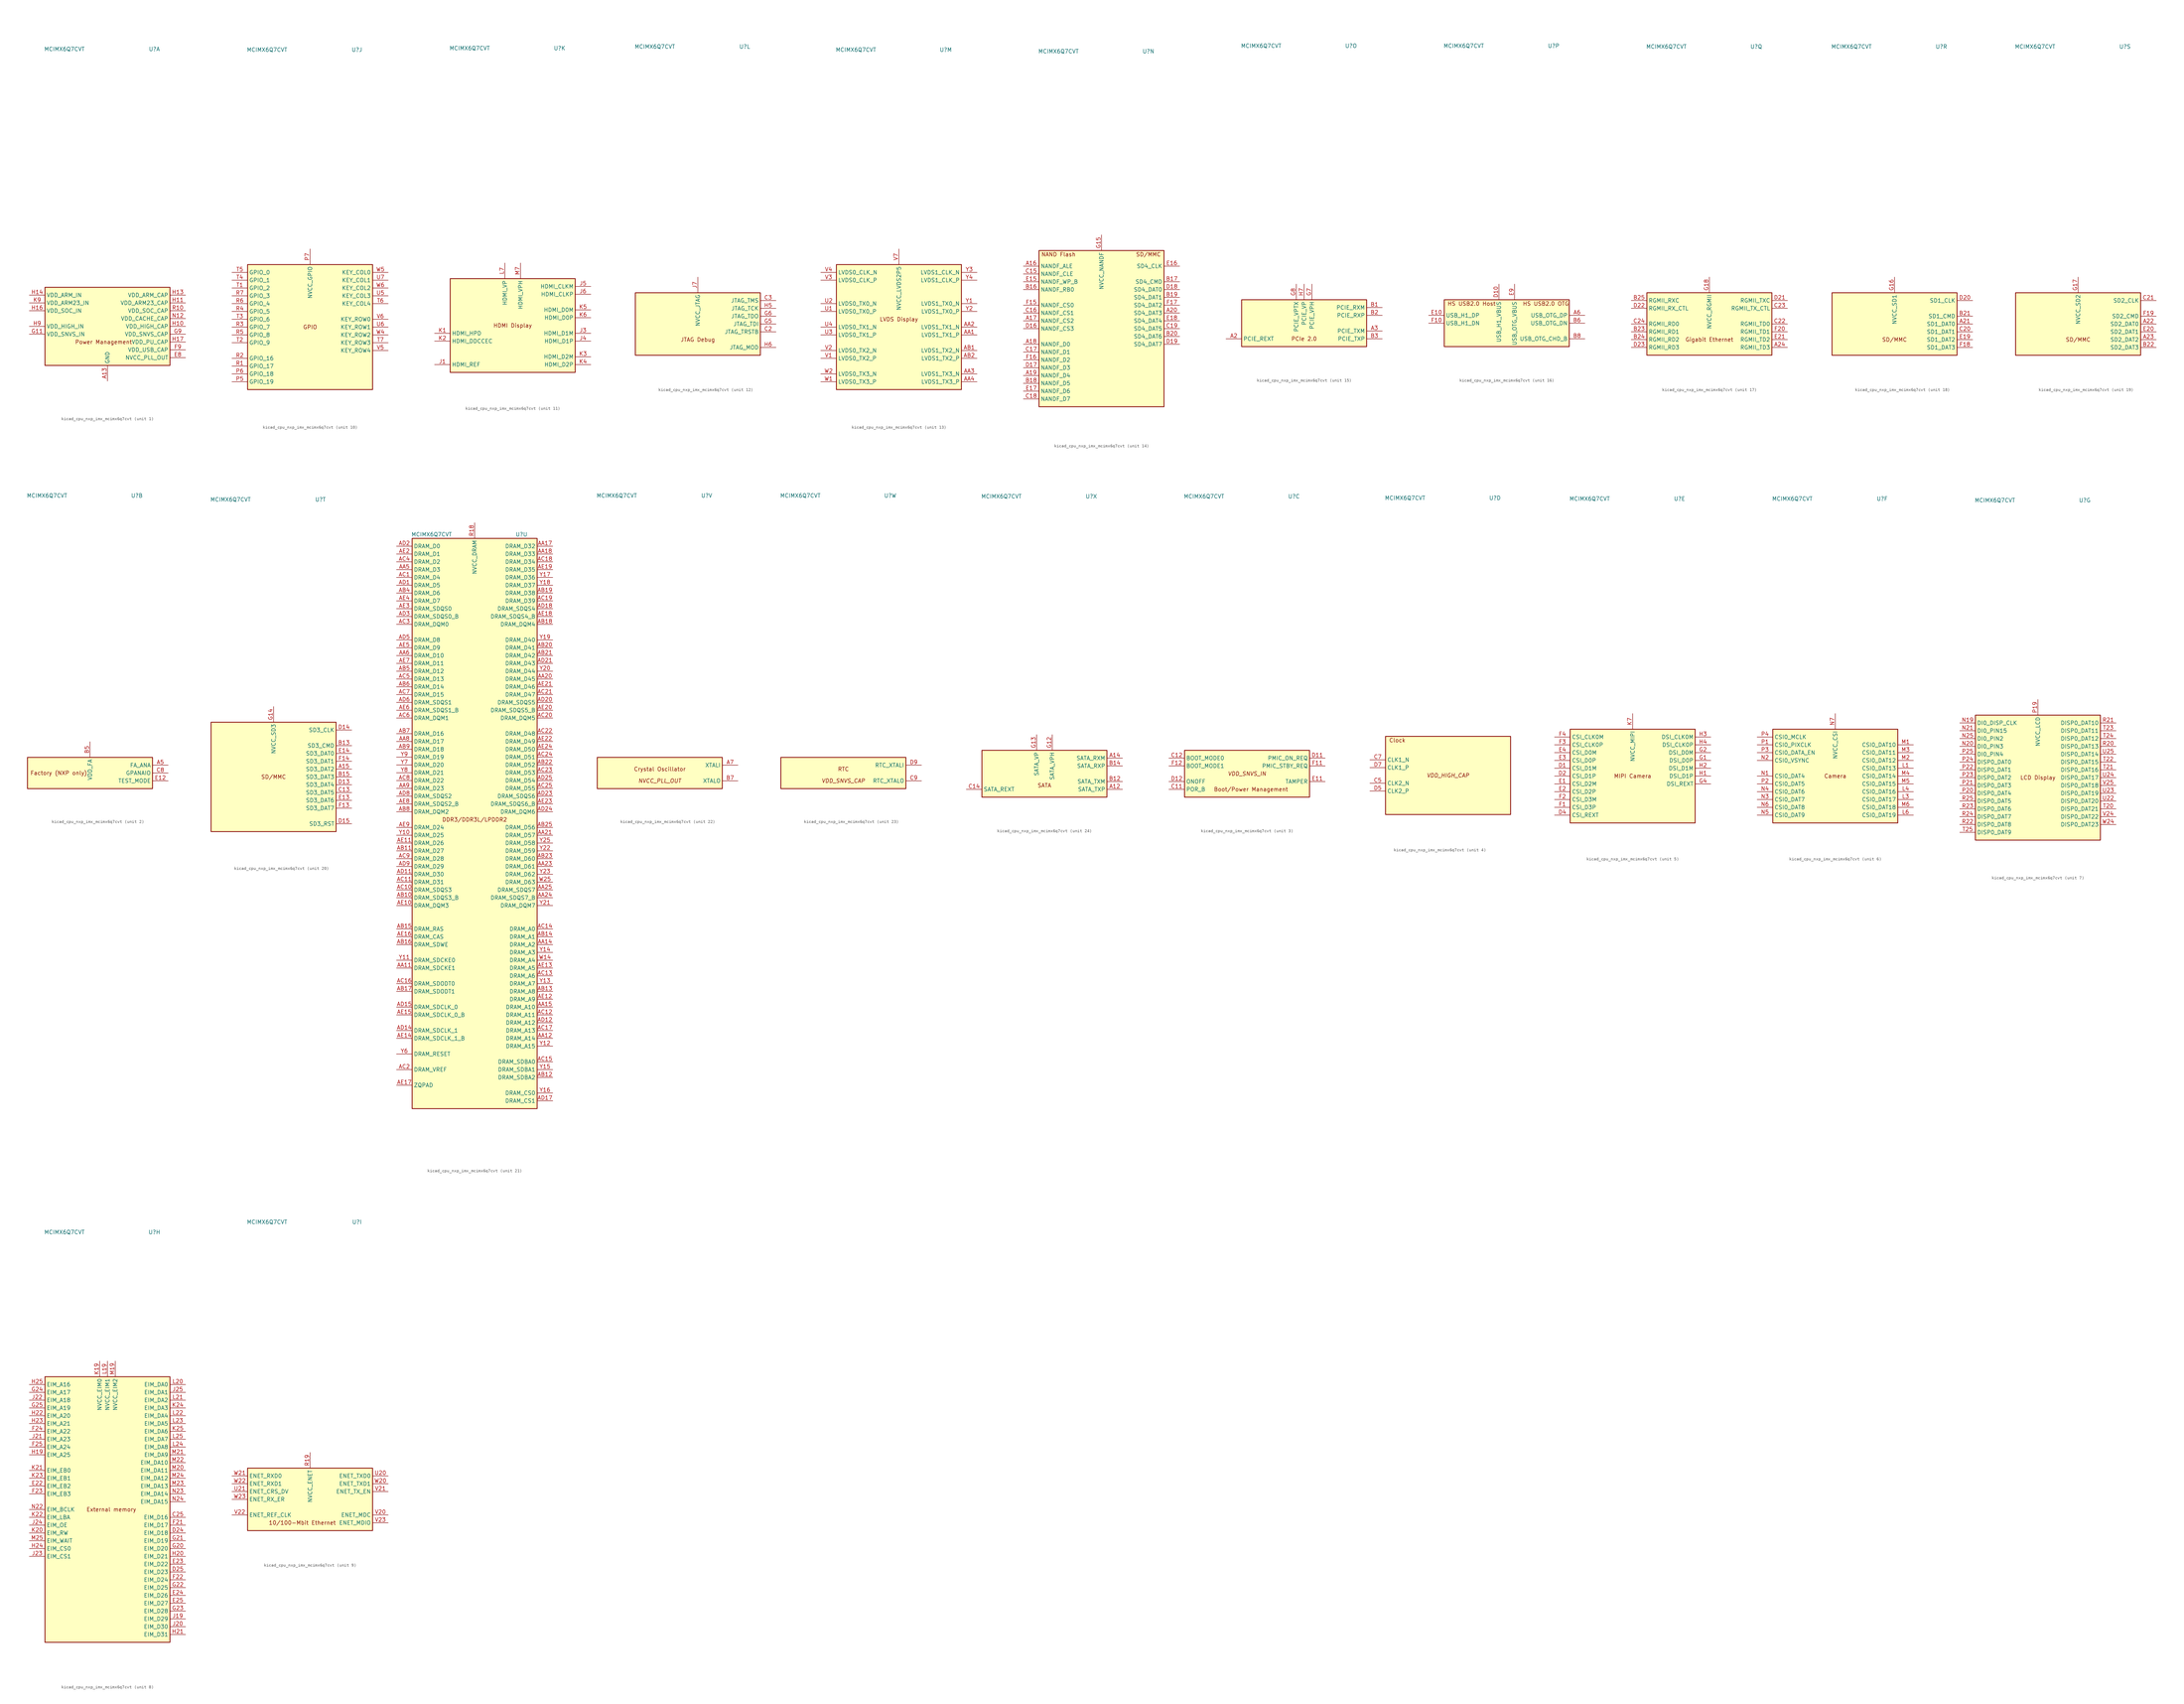
<source format=kicad_sym>
(kicad_symbol_lib
  (version 20220914)
  (generator kicad_symbol_editor)
  (symbol "kicad_cpu_nxp_imx_mcimx6q7cvt"
    (property "Reference" "U"
      (at 15.24 90.17 0)
      (effects (font (size 1.27 1.27))))
    (property "Value" "MCIMX6Q7CVT"
      (at -13.97 90.17 0)
      (effects (font (size 1.27 1.27))))
    (property "ki_locked" ""
      (at 0 0 0)
      (effects (font (size 1.27 1.27))))
    (symbol "kicad_cpu_nxp_imx_mcimx6q7cvt_1_0"
      (text "Power Management" (at -1.27 -5.08 0) (effects (font (size 1.27 1.27)))))
    (symbol "kicad_cpu_nxp_imx_mcimx6q7cvt_1_1"
      (rectangle (start -20.32 12.7) (end 20.32 -12.7) (stroke (width 0.254) (type default)) (fill (type background)))
      (pin power_in line (at 0 -17.78 90) (length 5.08) (name "GND" (effects (font (size 1.27 1.27)))) (number "A13" (effects (font (size 1.27 1.27)))))
      (pin passive line (at 0 -17.78 90) (length 5.08) hide (name "GND" (effects (font (size 1.27 1.27)))) (number "A25" (effects (font (size 1.27 1.27)))))
      (pin passive line (at 0 -17.78 90) (length 5.08) hide (name "GND" (effects (font (size 1.27 1.27)))) (number "A4" (effects (font (size 1.27 1.27)))))
      (pin passive line (at 0 -17.78 90) (length 5.08) hide (name "GND" (effects (font (size 1.27 1.27)))) (number "A8" (effects (font (size 1.27 1.27)))))
      (pin passive line (at 0 -17.78 90) (length 5.08) hide (name "GND" (effects (font (size 1.27 1.27)))) (number "AA10" (effects (font (size 1.27 1.27)))))
      (pin passive line (at 0 -17.78 90) (length 5.08) hide (name "GND" (effects (font (size 1.27 1.27)))) (number "AA13" (effects (font (size 1.27 1.27)))))
      (pin passive line (at 0 -17.78 90) (length 5.08) hide (name "GND" (effects (font (size 1.27 1.27)))) (number "AA16" (effects (font (size 1.27 1.27)))))
      (pin passive line (at 0 -17.78 90) (length 5.08) hide (name "GND" (effects (font (size 1.27 1.27)))) (number "AA19" (effects (font (size 1.27 1.27)))))
      (pin passive line (at 0 -17.78 90) (length 5.08) hide (name "GND" (effects (font (size 1.27 1.27)))) (number "AA22" (effects (font (size 1.27 1.27)))))
      (pin passive line (at 0 -17.78 90) (length 5.08) hide (name "GND" (effects (font (size 1.27 1.27)))) (number "AA7" (effects (font (size 1.27 1.27)))))
      (pin passive line (at 0 -17.78 90) (length 5.08) hide (name "GND" (effects (font (size 1.27 1.27)))) (number "AB24" (effects (font (size 1.27 1.27)))))
      (pin passive line (at 0 -17.78 90) (length 5.08) hide (name "GND" (effects (font (size 1.27 1.27)))) (number "AB3" (effects (font (size 1.27 1.27)))))
      (pin passive line (at 0 -17.78 90) (length 5.08) hide (name "GND" (effects (font (size 1.27 1.27)))) (number "AD10" (effects (font (size 1.27 1.27)))))
      (pin passive line (at 0 -17.78 90) (length 5.08) hide (name "GND" (effects (font (size 1.27 1.27)))) (number "AD13" (effects (font (size 1.27 1.27)))))
      (pin passive line (at 0 -17.78 90) (length 5.08) hide (name "GND" (effects (font (size 1.27 1.27)))) (number "AD16" (effects (font (size 1.27 1.27)))))
      (pin passive line (at 0 -17.78 90) (length 5.08) hide (name "GND" (effects (font (size 1.27 1.27)))) (number "AD19" (effects (font (size 1.27 1.27)))))
      (pin passive line (at 0 -17.78 90) (length 5.08) hide (name "GND" (effects (font (size 1.27 1.27)))) (number "AD22" (effects (font (size 1.27 1.27)))))
      (pin passive line (at 0 -17.78 90) (length 5.08) hide (name "GND" (effects (font (size 1.27 1.27)))) (number "AD4" (effects (font (size 1.27 1.27)))))
      (pin passive line (at 0 -17.78 90) (length 5.08) hide (name "GND" (effects (font (size 1.27 1.27)))) (number "AD7" (effects (font (size 1.27 1.27)))))
      (pin passive line (at 0 -17.78 90) (length 5.08) hide (name "GND" (effects (font (size 1.27 1.27)))) (number "AE1" (effects (font (size 1.27 1.27)))))
      (pin passive line (at 0 -17.78 90) (length 5.08) hide (name "GND" (effects (font (size 1.27 1.27)))) (number "AE25" (effects (font (size 1.27 1.27)))))
      (pin passive line (at 0 -17.78 90) (length 5.08) hide (name "GND" (effects (font (size 1.27 1.27)))) (number "B4" (effects (font (size 1.27 1.27)))))
      (pin passive line (at 0 -17.78 90) (length 5.08) hide (name "GND" (effects (font (size 1.27 1.27)))) (number "C1" (effects (font (size 1.27 1.27)))))
      (pin passive line (at 0 -17.78 90) (length 5.08) hide (name "GND" (effects (font (size 1.27 1.27)))) (number "C10" (effects (font (size 1.27 1.27)))))
      (pin passive line (at 0 -17.78 90) (length 5.08) hide (name "GND" (effects (font (size 1.27 1.27)))) (number "C4" (effects (font (size 1.27 1.27)))))
      (pin passive line (at 0 -17.78 90) (length 5.08) hide (name "GND" (effects (font (size 1.27 1.27)))) (number "C6" (effects (font (size 1.27 1.27)))))
      (pin passive line (at 0 -17.78 90) (length 5.08) hide (name "GND" (effects (font (size 1.27 1.27)))) (number "D3" (effects (font (size 1.27 1.27)))))
      (pin passive line (at 0 -17.78 90) (length 5.08) hide (name "GND" (effects (font (size 1.27 1.27)))) (number "D6" (effects (font (size 1.27 1.27)))))
      (pin passive line (at 0 -17.78 90) (length 5.08) hide (name "GND" (effects (font (size 1.27 1.27)))) (number "D8" (effects (font (size 1.27 1.27)))))
      (pin passive line (at 0 -17.78 90) (length 5.08) hide (name "GND" (effects (font (size 1.27 1.27)))) (number "E5" (effects (font (size 1.27 1.27)))))
      (pin passive line (at 0 -17.78 90) (length 5.08) hide (name "GND" (effects (font (size 1.27 1.27)))) (number "E6" (effects (font (size 1.27 1.27)))))
      (pin passive line (at 0 -17.78 90) (length 5.08) hide (name "GND" (effects (font (size 1.27 1.27)))) (number "E7" (effects (font (size 1.27 1.27)))))
      (pin power_out line (at 25.4 -10.16 180) (length 5.08) (name "NVCC_PLL_OUT" (effects (font (size 1.27 1.27)))) (number "E8" (effects (font (size 1.27 1.27)))))
      (pin passive line (at 0 -17.78 90) (length 5.08) hide (name "GND" (effects (font (size 1.27 1.27)))) (number "F5" (effects (font (size 1.27 1.27)))))
      (pin passive line (at 0 -17.78 90) (length 5.08) hide (name "GND" (effects (font (size 1.27 1.27)))) (number "F6" (effects (font (size 1.27 1.27)))))
      (pin passive line (at 0 -17.78 90) (length 5.08) hide (name "GND" (effects (font (size 1.27 1.27)))) (number "F7" (effects (font (size 1.27 1.27)))))
      (pin passive line (at 0 -17.78 90) (length 5.08) hide (name "GND" (effects (font (size 1.27 1.27)))) (number "F8" (effects (font (size 1.27 1.27)))))
      (pin power_out line (at 25.4 -7.62 180) (length 5.08) (name "VDD_USB_CAP" (effects (font (size 1.27 1.27)))) (number "F9" (effects (font (size 1.27 1.27)))))
      (pin passive line (at 0 -17.78 90) (length 5.08) hide (name "GND" (effects (font (size 1.27 1.27)))) (number "G10" (effects (font (size 1.27 1.27)))))
      (pin power_in line (at -25.4 -2.54 0) (length 5.08) (name "VDD_SNVS_IN" (effects (font (size 1.27 1.27)))) (number "G11" (effects (font (size 1.27 1.27)))))
      (pin passive line (at 0 -17.78 90) (length 5.08) hide (name "GND" (effects (font (size 1.27 1.27)))) (number "G19" (effects (font (size 1.27 1.27)))))
      (pin passive line (at 0 -17.78 90) (length 5.08) hide (name "GND" (effects (font (size 1.27 1.27)))) (number "G3" (effects (font (size 1.27 1.27)))))
      (pin power_out line (at 25.4 -2.54 180) (length 5.08) (name "VDD_SNVS_CAP" (effects (font (size 1.27 1.27)))) (number "G9" (effects (font (size 1.27 1.27)))))
      (pin power_out line (at 25.4 0 180) (length 5.08) (name "VDD_HIGH_CAP" (effects (font (size 1.27 1.27)))) (number "H10" (effects (font (size 1.27 1.27)))))
      (pin power_out line (at 25.4 7.62 180) (length 5.08) (name "VDD_ARM23_CAP" (effects (font (size 1.27 1.27)))) (number "H11" (effects (font (size 1.27 1.27)))))
      (pin passive line (at 0 -17.78 90) (length 5.08) hide (name "GND" (effects (font (size 1.27 1.27)))) (number "H12" (effects (font (size 1.27 1.27)))))
      (pin power_out line (at 25.4 10.16 180) (length 5.08) (name "VDD_ARM_CAP" (effects (font (size 1.27 1.27)))) (number "H13" (effects (font (size 1.27 1.27)))))
      (pin power_in line (at -25.4 10.16 0) (length 5.08) (name "VDD_ARM_IN" (effects (font (size 1.27 1.27)))) (number "H14" (effects (font (size 1.27 1.27)))))
      (pin passive line (at 0 -17.78 90) (length 5.08) hide (name "GND" (effects (font (size 1.27 1.27)))) (number "H15" (effects (font (size 1.27 1.27)))))
      (pin power_in line (at -25.4 5.08 0) (length 5.08) (name "VDD_SOC_IN" (effects (font (size 1.27 1.27)))) (number "H16" (effects (font (size 1.27 1.27)))))
      (pin power_out line (at 25.4 -5.08 180) (length 5.08) (name "VDD_PU_CAP" (effects (font (size 1.27 1.27)))) (number "H17" (effects (font (size 1.27 1.27)))))
      (pin passive line (at 0 -17.78 90) (length 5.08) hide (name "GND" (effects (font (size 1.27 1.27)))) (number "H18" (effects (font (size 1.27 1.27)))))
      (pin passive line (at 0 -17.78 90) (length 5.08) hide (name "GND" (effects (font (size 1.27 1.27)))) (number "H8" (effects (font (size 1.27 1.27)))))
      (pin power_in line (at -25.4 0 0) (length 5.08) (name "VDD_HIGH_IN" (effects (font (size 1.27 1.27)))) (number "H9" (effects (font (size 1.27 1.27)))))
      (pin passive line (at 25.4 0 180) (length 5.08) hide (name "VDD_HIGH_CAP" (effects (font (size 1.27 1.27)))) (number "J10" (effects (font (size 1.27 1.27)))))
      (pin passive line (at 25.4 7.62 180) (length 5.08) hide (name "VDD_ARM23_CAP" (effects (font (size 1.27 1.27)))) (number "J11" (effects (font (size 1.27 1.27)))))
      (pin passive line (at 0 -17.78 90) (length 5.08) hide (name "GND" (effects (font (size 1.27 1.27)))) (number "J12" (effects (font (size 1.27 1.27)))))
      (pin passive line (at 25.4 10.16 180) (length 5.08) hide (name "VDD_ARM_CAP" (effects (font (size 1.27 1.27)))) (number "J13" (effects (font (size 1.27 1.27)))))
      (pin passive line (at -25.4 10.16 0) (length 5.08) hide (name "VDD_ARM_IN" (effects (font (size 1.27 1.27)))) (number "J14" (effects (font (size 1.27 1.27)))))
      (pin passive line (at 0 -17.78 90) (length 5.08) hide (name "GND" (effects (font (size 1.27 1.27)))) (number "J15" (effects (font (size 1.27 1.27)))))
      (pin passive line (at -25.4 5.08 0) (length 5.08) hide (name "VDD_SOC_IN" (effects (font (size 1.27 1.27)))) (number "J16" (effects (font (size 1.27 1.27)))))
      (pin passive line (at 25.4 -5.08 180) (length 5.08) hide (name "VDD_PU_CAP" (effects (font (size 1.27 1.27)))) (number "J17" (effects (font (size 1.27 1.27)))))
      (pin passive line (at 0 -17.78 90) (length 5.08) hide (name "GND" (effects (font (size 1.27 1.27)))) (number "J18" (effects (font (size 1.27 1.27)))))
      (pin passive line (at 0 -17.78 90) (length 5.08) hide (name "GND" (effects (font (size 1.27 1.27)))) (number "J2" (effects (font (size 1.27 1.27)))))
      (pin passive line (at 0 -17.78 90) (length 5.08) hide (name "GND" (effects (font (size 1.27 1.27)))) (number "J8" (effects (font (size 1.27 1.27)))))
      (pin passive line (at -25.4 0 0) (length 5.08) hide (name "VDD_HIGH_IN" (effects (font (size 1.27 1.27)))) (number "J9" (effects (font (size 1.27 1.27)))))
      (pin passive line (at 0 -17.78 90) (length 5.08) hide (name "GND" (effects (font (size 1.27 1.27)))) (number "K10" (effects (font (size 1.27 1.27)))))
      (pin passive line (at 25.4 7.62 180) (length 5.08) hide (name "VDD_ARM23_CAP" (effects (font (size 1.27 1.27)))) (number "K11" (effects (font (size 1.27 1.27)))))
      (pin passive line (at 0 -17.78 90) (length 5.08) hide (name "GND" (effects (font (size 1.27 1.27)))) (number "K12" (effects (font (size 1.27 1.27)))))
      (pin passive line (at 25.4 10.16 180) (length 5.08) hide (name "VDD_ARM_CAP" (effects (font (size 1.27 1.27)))) (number "K13" (effects (font (size 1.27 1.27)))))
      (pin passive line (at -25.4 10.16 0) (length 5.08) hide (name "VDD_ARM_IN" (effects (font (size 1.27 1.27)))) (number "K14" (effects (font (size 1.27 1.27)))))
      (pin passive line (at 0 -17.78 90) (length 5.08) hide (name "GND" (effects (font (size 1.27 1.27)))) (number "K15" (effects (font (size 1.27 1.27)))))
      (pin passive line (at -25.4 5.08 0) (length 5.08) hide (name "VDD_SOC_IN" (effects (font (size 1.27 1.27)))) (number "K16" (effects (font (size 1.27 1.27)))))
      (pin passive line (at 25.4 -5.08 180) (length 5.08) hide (name "VDD_PU_CAP" (effects (font (size 1.27 1.27)))) (number "K17" (effects (font (size 1.27 1.27)))))
      (pin passive line (at 0 -17.78 90) (length 5.08) hide (name "GND" (effects (font (size 1.27 1.27)))) (number "K18" (effects (font (size 1.27 1.27)))))
      (pin passive line (at 0 -17.78 90) (length 5.08) hide (name "GND" (effects (font (size 1.27 1.27)))) (number "K8" (effects (font (size 1.27 1.27)))))
      (pin power_in line (at -25.4 7.62 0) (length 5.08) (name "VDD_ARM23_IN" (effects (font (size 1.27 1.27)))) (number "K9" (effects (font (size 1.27 1.27)))))
      (pin passive line (at 0 -17.78 90) (length 5.08) hide (name "GND" (effects (font (size 1.27 1.27)))) (number "L10" (effects (font (size 1.27 1.27)))))
      (pin passive line (at 25.4 7.62 180) (length 5.08) hide (name "VDD_ARM23_CAP" (effects (font (size 1.27 1.27)))) (number "L11" (effects (font (size 1.27 1.27)))))
      (pin passive line (at 0 -17.78 90) (length 5.08) hide (name "GND" (effects (font (size 1.27 1.27)))) (number "L12" (effects (font (size 1.27 1.27)))))
      (pin passive line (at 25.4 10.16 180) (length 5.08) hide (name "VDD_ARM_CAP" (effects (font (size 1.27 1.27)))) (number "L13" (effects (font (size 1.27 1.27)))))
      (pin passive line (at -25.4 10.16 0) (length 5.08) hide (name "VDD_ARM_IN" (effects (font (size 1.27 1.27)))) (number "L14" (effects (font (size 1.27 1.27)))))
      (pin passive line (at 0 -17.78 90) (length 5.08) hide (name "GND" (effects (font (size 1.27 1.27)))) (number "L15" (effects (font (size 1.27 1.27)))))
      (pin passive line (at -25.4 5.08 0) (length 5.08) hide (name "VDD_SOC_IN" (effects (font (size 1.27 1.27)))) (number "L16" (effects (font (size 1.27 1.27)))))
      (pin passive line (at 25.4 -5.08 180) (length 5.08) hide (name "VDD_PU_CAP" (effects (font (size 1.27 1.27)))) (number "L17" (effects (font (size 1.27 1.27)))))
      (pin passive line (at 0 -17.78 90) (length 5.08) hide (name "GND" (effects (font (size 1.27 1.27)))) (number "L18" (effects (font (size 1.27 1.27)))))
      (pin passive line (at 0 -17.78 90) (length 5.08) hide (name "GND" (effects (font (size 1.27 1.27)))) (number "L2" (effects (font (size 1.27 1.27)))))
      (pin passive line (at 0 -17.78 90) (length 5.08) hide (name "GND" (effects (font (size 1.27 1.27)))) (number "L5" (effects (font (size 1.27 1.27)))))
      (pin passive line (at 0 -17.78 90) (length 5.08) hide (name "GND" (effects (font (size 1.27 1.27)))) (number "L8" (effects (font (size 1.27 1.27)))))
      (pin passive line (at -25.4 7.62 0) (length 5.08) hide (name "VDD_ARM23_IN" (effects (font (size 1.27 1.27)))) (number "L9" (effects (font (size 1.27 1.27)))))
      (pin passive line (at 0 -17.78 90) (length 5.08) hide (name "GND" (effects (font (size 1.27 1.27)))) (number "M10" (effects (font (size 1.27 1.27)))))
      (pin passive line (at 25.4 7.62 180) (length 5.08) hide (name "VDD_ARM23_CAP" (effects (font (size 1.27 1.27)))) (number "M11" (effects (font (size 1.27 1.27)))))
      (pin passive line (at 0 -17.78 90) (length 5.08) hide (name "GND" (effects (font (size 1.27 1.27)))) (number "M12" (effects (font (size 1.27 1.27)))))
      (pin passive line (at 25.4 10.16 180) (length 5.08) hide (name "VDD_ARM_CAP" (effects (font (size 1.27 1.27)))) (number "M13" (effects (font (size 1.27 1.27)))))
      (pin passive line (at -25.4 10.16 0) (length 5.08) hide (name "VDD_ARM_IN" (effects (font (size 1.27 1.27)))) (number "M14" (effects (font (size 1.27 1.27)))))
      (pin passive line (at 0 -17.78 90) (length 5.08) hide (name "GND" (effects (font (size 1.27 1.27)))) (number "M15" (effects (font (size 1.27 1.27)))))
      (pin passive line (at -25.4 5.08 0) (length 5.08) hide (name "VDD_SOC_IN" (effects (font (size 1.27 1.27)))) (number "M16" (effects (font (size 1.27 1.27)))))
      (pin passive line (at 25.4 -5.08 180) (length 5.08) hide (name "VDD_PU_CAP" (effects (font (size 1.27 1.27)))) (number "M17" (effects (font (size 1.27 1.27)))))
      (pin passive line (at 0 -17.78 90) (length 5.08) hide (name "GND" (effects (font (size 1.27 1.27)))) (number "M18" (effects (font (size 1.27 1.27)))))
      (pin passive line (at 0 -17.78 90) (length 5.08) hide (name "GND" (effects (font (size 1.27 1.27)))) (number "M8" (effects (font (size 1.27 1.27)))))
      (pin passive line (at -25.4 7.62 0) (length 5.08) hide (name "VDD_ARM23_IN" (effects (font (size 1.27 1.27)))) (number "M9" (effects (font (size 1.27 1.27)))))
      (pin passive line (at 0 -17.78 90) (length 5.08) hide (name "GND" (effects (font (size 1.27 1.27)))) (number "N10" (effects (font (size 1.27 1.27)))))
      (pin passive line (at 25.4 7.62 180) (length 5.08) hide (name "VDD_ARM23_CAP" (effects (font (size 1.27 1.27)))) (number "N11" (effects (font (size 1.27 1.27)))))
      (pin power_in line (at 25.4 2.54 180) (length 5.08) (name "VDD_CACHE_CAP" (effects (font (size 1.27 1.27)))) (number "N12" (effects (font (size 1.27 1.27)))))
      (pin passive line (at 25.4 10.16 180) (length 5.08) hide (name "VDD_ARM_CAP" (effects (font (size 1.27 1.27)))) (number "N13" (effects (font (size 1.27 1.27)))))
      (pin passive line (at -25.4 10.16 0) (length 5.08) hide (name "VDD_ARM_IN" (effects (font (size 1.27 1.27)))) (number "N14" (effects (font (size 1.27 1.27)))))
      (pin passive line (at 0 -17.78 90) (length 5.08) hide (name "GND" (effects (font (size 1.27 1.27)))) (number "N15" (effects (font (size 1.27 1.27)))))
      (pin passive line (at -25.4 5.08 0) (length 5.08) hide (name "VDD_SOC_IN" (effects (font (size 1.27 1.27)))) (number "N16" (effects (font (size 1.27 1.27)))))
      (pin passive line (at 25.4 -5.08 180) (length 5.08) hide (name "VDD_PU_CAP" (effects (font (size 1.27 1.27)))) (number "N17" (effects (font (size 1.27 1.27)))))
      (pin passive line (at 0 -17.78 90) (length 5.08) hide (name "GND" (effects (font (size 1.27 1.27)))) (number "N18" (effects (font (size 1.27 1.27)))))
      (pin passive line (at 0 -17.78 90) (length 5.08) hide (name "GND" (effects (font (size 1.27 1.27)))) (number "N8" (effects (font (size 1.27 1.27)))))
      (pin passive line (at -25.4 7.62 0) (length 5.08) hide (name "VDD_ARM23_IN" (effects (font (size 1.27 1.27)))) (number "N9" (effects (font (size 1.27 1.27)))))
      (pin passive line (at 0 -17.78 90) (length 5.08) hide (name "GND" (effects (font (size 1.27 1.27)))) (number "P10" (effects (font (size 1.27 1.27)))))
      (pin passive line (at 25.4 7.62 180) (length 5.08) hide (name "VDD_ARM23_CAP" (effects (font (size 1.27 1.27)))) (number "P11" (effects (font (size 1.27 1.27)))))
      (pin passive line (at 0 -17.78 90) (length 5.08) hide (name "GND" (effects (font (size 1.27 1.27)))) (number "P12" (effects (font (size 1.27 1.27)))))
      (pin passive line (at 25.4 10.16 180) (length 5.08) hide (name "VDD_ARM_CAP" (effects (font (size 1.27 1.27)))) (number "P13" (effects (font (size 1.27 1.27)))))
      (pin passive line (at -25.4 10.16 0) (length 5.08) hide (name "VDD_ARM_IN" (effects (font (size 1.27 1.27)))) (number "P14" (effects (font (size 1.27 1.27)))))
      (pin passive line (at 0 -17.78 90) (length 5.08) hide (name "GND" (effects (font (size 1.27 1.27)))) (number "P15" (effects (font (size 1.27 1.27)))))
      (pin passive line (at -25.4 5.08 0) (length 5.08) hide (name "VDD_SOC_IN" (effects (font (size 1.27 1.27)))) (number "P16" (effects (font (size 1.27 1.27)))))
      (pin passive line (at 25.4 -5.08 180) (length 5.08) hide (name "VDD_PU_CAP" (effects (font (size 1.27 1.27)))) (number "P17" (effects (font (size 1.27 1.27)))))
      (pin passive line (at 0 -17.78 90) (length 5.08) hide (name "GND" (effects (font (size 1.27 1.27)))) (number "P18" (effects (font (size 1.27 1.27)))))
      (pin passive line (at 0 -17.78 90) (length 5.08) hide (name "GND" (effects (font (size 1.27 1.27)))) (number "P8" (effects (font (size 1.27 1.27)))))
      (pin passive line (at -25.4 7.62 0) (length 5.08) hide (name "VDD_ARM23_IN" (effects (font (size 1.27 1.27)))) (number "P9" (effects (font (size 1.27 1.27)))))
      (pin power_out line (at 25.4 5.08 180) (length 5.08) (name "VDD_SOC_CAP" (effects (font (size 1.27 1.27)))) (number "R10" (effects (font (size 1.27 1.27)))))
      (pin passive line (at 25.4 7.62 180) (length 5.08) hide (name "VDD_ARM23_CAP" (effects (font (size 1.27 1.27)))) (number "R11" (effects (font (size 1.27 1.27)))))
      (pin passive line (at 0 -17.78 90) (length 5.08) hide (name "GND" (effects (font (size 1.27 1.27)))) (number "R12" (effects (font (size 1.27 1.27)))))
      (pin passive line (at 25.4 10.16 180) (length 5.08) hide (name "VDD_ARM_CAP" (effects (font (size 1.27 1.27)))) (number "R13" (effects (font (size 1.27 1.27)))))
      (pin passive line (at -25.4 10.16 0) (length 5.08) hide (name "VDD_ARM_IN" (effects (font (size 1.27 1.27)))) (number "R14" (effects (font (size 1.27 1.27)))))
      (pin passive line (at 0 -17.78 90) (length 5.08) hide (name "GND" (effects (font (size 1.27 1.27)))) (number "R15" (effects (font (size 1.27 1.27)))))
      (pin passive line (at -25.4 5.08 0) (length 5.08) hide (name "VDD_SOC_IN" (effects (font (size 1.27 1.27)))) (number "R16" (effects (font (size 1.27 1.27)))))
      (pin passive line (at 0 -17.78 90) (length 5.08) hide (name "GND" (effects (font (size 1.27 1.27)))) (number "R17" (effects (font (size 1.27 1.27)))))
      (pin passive line (at 0 -17.78 90) (length 5.08) hide (name "GND" (effects (font (size 1.27 1.27)))) (number "R8" (effects (font (size 1.27 1.27)))))
      (pin passive line (at -25.4 7.62 0) (length 5.08) hide (name "VDD_ARM23_IN" (effects (font (size 1.27 1.27)))) (number "R9" (effects (font (size 1.27 1.27)))))
      (pin passive line (at 25.4 5.08 180) (length 5.08) hide (name "VDD_SOC_CAP" (effects (font (size 1.27 1.27)))) (number "T10" (effects (font (size 1.27 1.27)))))
      (pin passive line (at 0 -17.78 90) (length 5.08) hide (name "GND" (effects (font (size 1.27 1.27)))) (number "T11" (effects (font (size 1.27 1.27)))))
      (pin passive line (at 0 -17.78 90) (length 5.08) hide (name "GND" (effects (font (size 1.27 1.27)))) (number "T12" (effects (font (size 1.27 1.27)))))
      (pin passive line (at 25.4 5.08 180) (length 5.08) hide (name "VDD_SOC_CAP" (effects (font (size 1.27 1.27)))) (number "T13" (effects (font (size 1.27 1.27)))))
      (pin passive line (at 25.4 5.08 180) (length 5.08) hide (name "VDD_SOC_CAP" (effects (font (size 1.27 1.27)))) (number "T14" (effects (font (size 1.27 1.27)))))
      (pin passive line (at 0 -17.78 90) (length 5.08) hide (name "GND" (effects (font (size 1.27 1.27)))) (number "T15" (effects (font (size 1.27 1.27)))))
      (pin passive line (at -25.4 5.08 0) (length 5.08) hide (name "VDD_SOC_IN" (effects (font (size 1.27 1.27)))) (number "T16" (effects (font (size 1.27 1.27)))))
      (pin passive line (at 0 -17.78 90) (length 5.08) hide (name "GND" (effects (font (size 1.27 1.27)))) (number "T17" (effects (font (size 1.27 1.27)))))
      (pin passive line (at 0 -17.78 90) (length 5.08) hide (name "GND" (effects (font (size 1.27 1.27)))) (number "T19" (effects (font (size 1.27 1.27)))))
      (pin passive line (at 0 -17.78 90) (length 5.08) hide (name "GND" (effects (font (size 1.27 1.27)))) (number "T8" (effects (font (size 1.27 1.27)))))
      (pin passive line (at -25.4 7.62 0) (length 5.08) hide (name "VDD_ARM23_IN" (effects (font (size 1.27 1.27)))) (number "T9" (effects (font (size 1.27 1.27)))))
      (pin passive line (at 25.4 5.08 180) (length 5.08) hide (name "VDD_SOC_CAP" (effects (font (size 1.27 1.27)))) (number "U10" (effects (font (size 1.27 1.27)))))
      (pin passive line (at 0 -17.78 90) (length 5.08) hide (name "GND" (effects (font (size 1.27 1.27)))) (number "U11" (effects (font (size 1.27 1.27)))))
      (pin passive line (at 0 -17.78 90) (length 5.08) hide (name "GND" (effects (font (size 1.27 1.27)))) (number "U12" (effects (font (size 1.27 1.27)))))
      (pin passive line (at 25.4 5.08 180) (length 5.08) hide (name "VDD_SOC_CAP" (effects (font (size 1.27 1.27)))) (number "U13" (effects (font (size 1.27 1.27)))))
      (pin passive line (at 25.4 5.08 180) (length 5.08) hide (name "VDD_SOC_CAP" (effects (font (size 1.27 1.27)))) (number "U14" (effects (font (size 1.27 1.27)))))
      (pin passive line (at 0 -17.78 90) (length 5.08) hide (name "GND" (effects (font (size 1.27 1.27)))) (number "U15" (effects (font (size 1.27 1.27)))))
      (pin passive line (at -25.4 5.08 0) (length 5.08) hide (name "VDD_SOC_IN" (effects (font (size 1.27 1.27)))) (number "U16" (effects (font (size 1.27 1.27)))))
      (pin passive line (at 0 -17.78 90) (length 5.08) hide (name "GND" (effects (font (size 1.27 1.27)))) (number "U17" (effects (font (size 1.27 1.27)))))
      (pin passive line (at 0 -17.78 90) (length 5.08) hide (name "GND" (effects (font (size 1.27 1.27)))) (number "U19" (effects (font (size 1.27 1.27)))))
      (pin passive line (at 0 -17.78 90) (length 5.08) hide (name "GND" (effects (font (size 1.27 1.27)))) (number "U8" (effects (font (size 1.27 1.27)))))
      (pin passive line (at -25.4 7.62 0) (length 5.08) hide (name "VDD_ARM23_IN" (effects (font (size 1.27 1.27)))) (number "U9" (effects (font (size 1.27 1.27)))))
      (pin passive line (at 0 -17.78 90) (length 5.08) hide (name "GND" (effects (font (size 1.27 1.27)))) (number "V19" (effects (font (size 1.27 1.27)))))
      (pin passive line (at 0 -17.78 90) (length 5.08) hide (name "GND" (effects (font (size 1.27 1.27)))) (number "V8" (effects (font (size 1.27 1.27)))))
      (pin passive line (at 0 -17.78 90) (length 5.08) hide (name "GND" (effects (font (size 1.27 1.27)))) (number "W10" (effects (font (size 1.27 1.27)))))
      (pin passive line (at 0 -17.78 90) (length 5.08) hide (name "GND" (effects (font (size 1.27 1.27)))) (number "W11" (effects (font (size 1.27 1.27)))))
      (pin passive line (at 0 -17.78 90) (length 5.08) hide (name "GND" (effects (font (size 1.27 1.27)))) (number "W12" (effects (font (size 1.27 1.27)))))
      (pin passive line (at 0 -17.78 90) (length 5.08) hide (name "GND" (effects (font (size 1.27 1.27)))) (number "W13" (effects (font (size 1.27 1.27)))))
      (pin passive line (at 0 -17.78 90) (length 5.08) hide (name "GND" (effects (font (size 1.27 1.27)))) (number "W15" (effects (font (size 1.27 1.27)))))
      (pin passive line (at 0 -17.78 90) (length 5.08) hide (name "GND" (effects (font (size 1.27 1.27)))) (number "W16" (effects (font (size 1.27 1.27)))))
      (pin passive line (at 0 -17.78 90) (length 5.08) hide (name "GND" (effects (font (size 1.27 1.27)))) (number "W17" (effects (font (size 1.27 1.27)))))
      (pin passive line (at 0 -17.78 90) (length 5.08) hide (name "GND" (effects (font (size 1.27 1.27)))) (number "W18" (effects (font (size 1.27 1.27)))))
      (pin passive line (at 0 -17.78 90) (length 5.08) hide (name "GND" (effects (font (size 1.27 1.27)))) (number "W19" (effects (font (size 1.27 1.27)))))
      (pin passive line (at 0 -17.78 90) (length 5.08) hide (name "GND" (effects (font (size 1.27 1.27)))) (number "W3" (effects (font (size 1.27 1.27)))))
      (pin passive line (at 0 -17.78 90) (length 5.08) hide (name "GND" (effects (font (size 1.27 1.27)))) (number "W7" (effects (font (size 1.27 1.27)))))
      (pin passive line (at 0 -17.78 90) (length 5.08) hide (name "GND" (effects (font (size 1.27 1.27)))) (number "W8" (effects (font (size 1.27 1.27)))))
      (pin passive line (at 0 -17.78 90) (length 5.08) hide (name "GND" (effects (font (size 1.27 1.27)))) (number "W9" (effects (font (size 1.27 1.27)))))
      (pin passive line (at 0 -17.78 90) (length 5.08) hide (name "GND" (effects (font (size 1.27 1.27)))) (number "Y24" (effects (font (size 1.27 1.27)))))
      (pin passive line (at 0 -17.78 90) (length 5.08) hide (name "GND" (effects (font (size 1.27 1.27)))) (number "Y5" (effects (font (size 1.27 1.27))))))
    (symbol "kicad_cpu_nxp_imx_mcimx6q7cvt_2_0"
      (text "Factory (NXP only)" (at -10.16 0 0) (effects (font (size 1.27 1.27)))))
    (symbol "kicad_cpu_nxp_imx_mcimx6q7cvt_2_1"
      (rectangle (start -20.32 5.08) (end 20.32 -5.08) (stroke (width 0.254) (type default)) (fill (type background)))
      (pin passive line (at 25.4 2.54 180) (length 5.08) (name "FA_ANA" (effects (font (size 1.27 1.27)))) (number "A5" (effects (font (size 1.27 1.27)))))
      (pin passive line (at 0 10.16 270) (length 5.08) (name "VDD_FA" (effects (font (size 1.27 1.27)))) (number "B5" (effects (font (size 1.27 1.27)))))
      (pin passive line (at 25.4 0 180) (length 5.08) (name "GPANAIO" (effects (font (size 1.27 1.27)))) (number "C8" (effects (font (size 1.27 1.27)))))
      (pin passive line (at 25.4 -2.54 180) (length 5.08) (name "TEST_MODE" (effects (font (size 1.27 1.27)))) (number "E12" (effects (font (size 1.27 1.27))))))
    (symbol "kicad_cpu_nxp_imx_mcimx6q7cvt_3_0"
      (text "Boot/Power Management" (at 1.27 -5.08 0) (effects (font (size 1.27 1.27)))))
    (symbol "kicad_cpu_nxp_imx_mcimx6q7cvt_3_1"
      (rectangle (start -20.32 7.62) (end 20.32 -7.62) (stroke (width 0.254) (type default)) (fill (type background)))
      (text "VDD_SNVS_IN" (at 0 0 0) (effects (font (size 1.27 1.27) italic)))
      (pin input line (at -25.4 -5.08 0) (length 5.08) (name "POR_B" (effects (font (size 1.27 1.27)))) (number "C11" (effects (font (size 1.27 1.27)))))
      (pin input line (at -25.4 5.08 0) (length 5.08) (name "BOOT_MODE0" (effects (font (size 1.27 1.27)))) (number "C12" (effects (font (size 1.27 1.27)))))
      (pin output line (at 25.4 5.08 180) (length 5.08) (name "PMIC_ON_REQ" (effects (font (size 1.27 1.27)))) (number "D11" (effects (font (size 1.27 1.27)))))
      (pin input line (at -25.4 -2.54 0) (length 5.08) (name "ONOFF" (effects (font (size 1.27 1.27)))) (number "D12" (effects (font (size 1.27 1.27)))))
      (pin input line (at 25.4 -2.54 180) (length 5.08) (name "TAMPER" (effects (font (size 1.27 1.27)))) (number "E11" (effects (font (size 1.27 1.27)))))
      (pin output line (at 25.4 2.54 180) (length 5.08) (name "PMIC_STBY_REQ" (effects (font (size 1.27 1.27)))) (number "F11" (effects (font (size 1.27 1.27)))))
      (pin input line (at -25.4 2.54 0) (length 5.08) (name "BOOT_MODE1" (effects (font (size 1.27 1.27)))) (number "F12" (effects (font (size 1.27 1.27))))))
    (symbol "kicad_cpu_nxp_imx_mcimx6q7cvt_4_0"
      (text "Clock" (at -16.51 11.43 0) (effects (font (size 1.27 1.27)))))
    (symbol "kicad_cpu_nxp_imx_mcimx6q7cvt_4_1"
      (rectangle (start -20.32 12.7) (end 20.32 -12.7) (stroke (width 0.254) (type default)) (fill (type background)))
      (text "VDD_HIGH_CAP" (at 0 0 0) (effects (font (size 1.27 1.27) italic)))
      (pin no_connect line (at 17.78 -2.54 180) (length 5.08) hide (name "NC" (effects (font (size 1.27 1.27)))) (number "A10" (effects (font (size 1.27 1.27)))))
      (pin no_connect line (at 17.78 7.62 180) (length 5.08) hide (name "NC" (effects (font (size 1.27 1.27)))) (number "A11" (effects (font (size 1.27 1.27)))))
      (pin no_connect line (at 17.78 -7.62 180) (length 5.08) hide (name "NC" (effects (font (size 1.27 1.27)))) (number "A9" (effects (font (size 1.27 1.27)))))
      (pin no_connect line (at 17.78 0 180) (length 5.08) hide (name "NC" (effects (font (size 1.27 1.27)))) (number "B10" (effects (font (size 1.27 1.27)))))
      (pin no_connect line (at 17.78 5.08 180) (length 5.08) hide (name "NC" (effects (font (size 1.27 1.27)))) (number "B11" (effects (font (size 1.27 1.27)))))
      (pin no_connect line (at 17.78 -10.16 180) (length 5.08) hide (name "NC" (effects (font (size 1.27 1.27)))) (number "B9" (effects (font (size 1.27 1.27)))))
      (pin bidirectional line (at -25.4 -2.54 0) (length 5.08) (name "CLK2_N" (effects (font (size 1.27 1.27)))) (number "C5" (effects (font (size 1.27 1.27)))))
      (pin bidirectional line (at -25.4 5.08 0) (length 5.08) (name "CLK1_N" (effects (font (size 1.27 1.27)))) (number "C7" (effects (font (size 1.27 1.27)))))
      (pin bidirectional line (at -25.4 -5.08 0) (length 5.08) (name "CLK2_P" (effects (font (size 1.27 1.27)))) (number "D5" (effects (font (size 1.27 1.27)))))
      (pin bidirectional line (at -25.4 2.54 0) (length 5.08) (name "CLK1_P" (effects (font (size 1.27 1.27)))) (number "D7" (effects (font (size 1.27 1.27))))))
    (symbol "kicad_cpu_nxp_imx_mcimx6q7cvt_5_0"
      (text "MIPI Camera" (at 0 0 0) (effects (font (size 1.27 1.27)))))
    (symbol "kicad_cpu_nxp_imx_mcimx6q7cvt_5_1"
      (rectangle (start -20.32 15.24) (end 20.32 -15.24) (stroke (width 0.254) (type default)) (fill (type background)))
      (pin input line (at -25.4 2.54 0) (length 5.08) (name "CSI_D1M" (effects (font (size 1.27 1.27)))) (number "D1" (effects (font (size 1.27 1.27)))))
      (pin input line (at -25.4 0 0) (length 5.08) (name "CSI_D1P" (effects (font (size 1.27 1.27)))) (number "D2" (effects (font (size 1.27 1.27)))))
      (pin passive line (at -25.4 -12.7 0) (length 5.08) (name "CSI_REXT" (effects (font (size 1.27 1.27)))) (number "D4" (effects (font (size 1.27 1.27)))))
      (pin input line (at -25.4 -2.54 0) (length 5.08) (name "CSI_D2M" (effects (font (size 1.27 1.27)))) (number "E1" (effects (font (size 1.27 1.27)))))
      (pin input line (at -25.4 -5.08 0) (length 5.08) (name "CSI_D2P" (effects (font (size 1.27 1.27)))) (number "E2" (effects (font (size 1.27 1.27)))))
      (pin input line (at -25.4 5.08 0) (length 5.08) (name "CSI_D0P" (effects (font (size 1.27 1.27)))) (number "E3" (effects (font (size 1.27 1.27)))))
      (pin input line (at -25.4 7.62 0) (length 5.08) (name "CSI_D0M" (effects (font (size 1.27 1.27)))) (number "E4" (effects (font (size 1.27 1.27)))))
      (pin input line (at -25.4 -10.16 0) (length 5.08) (name "CSI_D3P" (effects (font (size 1.27 1.27)))) (number "F1" (effects (font (size 1.27 1.27)))))
      (pin input line (at -25.4 -7.62 0) (length 5.08) (name "CSI_D3M" (effects (font (size 1.27 1.27)))) (number "F2" (effects (font (size 1.27 1.27)))))
      (pin input line (at -25.4 10.16 0) (length 5.08) (name "CSI_CLK0P" (effects (font (size 1.27 1.27)))) (number "F3" (effects (font (size 1.27 1.27)))))
      (pin input line (at -25.4 12.7 0) (length 5.08) (name "CSI_CLK0M" (effects (font (size 1.27 1.27)))) (number "F4" (effects (font (size 1.27 1.27)))))
      (pin output line (at 25.4 5.08 180) (length 5.08) (name "DSI_D0P" (effects (font (size 1.27 1.27)))) (number "G1" (effects (font (size 1.27 1.27)))))
      (pin output line (at 25.4 7.62 180) (length 5.08) (name "DSI_D0M" (effects (font (size 1.27 1.27)))) (number "G2" (effects (font (size 1.27 1.27)))))
      (pin passive line (at 25.4 -2.54 180) (length 5.08) (name "DSI_REXT" (effects (font (size 1.27 1.27)))) (number "G4" (effects (font (size 1.27 1.27)))))
      (pin output line (at 25.4 0 180) (length 5.08) (name "DSI_D1P" (effects (font (size 1.27 1.27)))) (number "H1" (effects (font (size 1.27 1.27)))))
      (pin output line (at 25.4 2.54 180) (length 5.08) (name "DSI_D1M" (effects (font (size 1.27 1.27)))) (number "H2" (effects (font (size 1.27 1.27)))))
      (pin output line (at 25.4 12.7 180) (length 5.08) (name "DSI_CLK0M" (effects (font (size 1.27 1.27)))) (number "H3" (effects (font (size 1.27 1.27)))))
      (pin output line (at 25.4 10.16 180) (length 5.08) (name "DSI_CLK0P" (effects (font (size 1.27 1.27)))) (number "H4" (effects (font (size 1.27 1.27)))))
      (pin power_in line (at 0 20.32 270) (length 5.08) (name "NVCC_MIPI" (effects (font (size 1.27 1.27)))) (number "K7" (effects (font (size 1.27 1.27))))))
    (symbol "kicad_cpu_nxp_imx_mcimx6q7cvt_6_0"
      (text "Camera" (at 0 0 0) (effects (font (size 1.27 1.27)))))
    (symbol "kicad_cpu_nxp_imx_mcimx6q7cvt_6_1"
      (rectangle (start -20.32 15.24) (end 20.32 -15.24) (stroke (width 0.254) (type default)) (fill (type background)))
      (pin bidirectional line (at 25.4 2.54 180) (length 5.08) (name "CSI0_DAT13" (effects (font (size 1.27 1.27)))) (number "L1" (effects (font (size 1.27 1.27)))))
      (pin bidirectional line (at 25.4 -7.62 180) (length 5.08) (name "CSI0_DAT17" (effects (font (size 1.27 1.27)))) (number "L3" (effects (font (size 1.27 1.27)))))
      (pin bidirectional line (at 25.4 -5.08 180) (length 5.08) (name "CSI0_DAT16" (effects (font (size 1.27 1.27)))) (number "L4" (effects (font (size 1.27 1.27)))))
      (pin bidirectional line (at 25.4 -12.7 180) (length 5.08) (name "CSI0_DAT19" (effects (font (size 1.27 1.27)))) (number "L6" (effects (font (size 1.27 1.27)))))
      (pin bidirectional line (at 25.4 10.16 180) (length 5.08) (name "CSI0_DAT10" (effects (font (size 1.27 1.27)))) (number "M1" (effects (font (size 1.27 1.27)))))
      (pin bidirectional line (at 25.4 5.08 180) (length 5.08) (name "CSI0_DAT12" (effects (font (size 1.27 1.27)))) (number "M2" (effects (font (size 1.27 1.27)))))
      (pin bidirectional line (at 25.4 7.62 180) (length 5.08) (name "CSI0_DAT11" (effects (font (size 1.27 1.27)))) (number "M3" (effects (font (size 1.27 1.27)))))
      (pin bidirectional line (at 25.4 0 180) (length 5.08) (name "CSI0_DAT14" (effects (font (size 1.27 1.27)))) (number "M4" (effects (font (size 1.27 1.27)))))
      (pin bidirectional line (at 25.4 -2.54 180) (length 5.08) (name "CSI0_DAT15" (effects (font (size 1.27 1.27)))) (number "M5" (effects (font (size 1.27 1.27)))))
      (pin bidirectional line (at 25.4 -10.16 180) (length 5.08) (name "CSI0_DAT18" (effects (font (size 1.27 1.27)))) (number "M6" (effects (font (size 1.27 1.27)))))
      (pin bidirectional line (at -25.4 0 0) (length 5.08) (name "CSI0_DAT4" (effects (font (size 1.27 1.27)))) (number "N1" (effects (font (size 1.27 1.27)))))
      (pin bidirectional line (at -25.4 5.08 0) (length 5.08) (name "CSI0_VSYNC" (effects (font (size 1.27 1.27)))) (number "N2" (effects (font (size 1.27 1.27)))))
      (pin bidirectional line (at -25.4 -7.62 0) (length 5.08) (name "CSI0_DAT7" (effects (font (size 1.27 1.27)))) (number "N3" (effects (font (size 1.27 1.27)))))
      (pin bidirectional line (at -25.4 -5.08 0) (length 5.08) (name "CSI0_DAT6" (effects (font (size 1.27 1.27)))) (number "N4" (effects (font (size 1.27 1.27)))))
      (pin bidirectional line (at -25.4 -12.7 0) (length 5.08) (name "CSI0_DAT9" (effects (font (size 1.27 1.27)))) (number "N5" (effects (font (size 1.27 1.27)))))
      (pin bidirectional line (at -25.4 -10.16 0) (length 5.08) (name "CSI0_DAT8" (effects (font (size 1.27 1.27)))) (number "N6" (effects (font (size 1.27 1.27)))))
      (pin power_in line (at 0 20.32 270) (length 5.08) (name "NVCC_CSI" (effects (font (size 1.27 1.27)))) (number "N7" (effects (font (size 1.27 1.27)))))
      (pin bidirectional line (at -25.4 10.16 0) (length 5.08) (name "CSI0_PIXCLK" (effects (font (size 1.27 1.27)))) (number "P1" (effects (font (size 1.27 1.27)))))
      (pin bidirectional line (at -25.4 -2.54 0) (length 5.08) (name "CSI0_DAT5" (effects (font (size 1.27 1.27)))) (number "P2" (effects (font (size 1.27 1.27)))))
      (pin bidirectional line (at -25.4 7.62 0) (length 5.08) (name "CSI0_DATA_EN" (effects (font (size 1.27 1.27)))) (number "P3" (effects (font (size 1.27 1.27)))))
      (pin bidirectional line (at -25.4 12.7 0) (length 5.08) (name "CSI0_MCLK" (effects (font (size 1.27 1.27)))) (number "P4" (effects (font (size 1.27 1.27))))))
    (symbol "kicad_cpu_nxp_imx_mcimx6q7cvt_7_0"
      (text "LCD Display" (at 0 0 0) (effects (font (size 1.27 1.27)))))
    (symbol "kicad_cpu_nxp_imx_mcimx6q7cvt_7_1"
      (rectangle (start -20.32 20.32) (end 20.32 -20.32) (stroke (width 0.254) (type default)) (fill (type background)))
      (pin bidirectional line (at -25.4 17.78 0) (length 5.08) (name "DI0_DISP_CLK" (effects (font (size 1.27 1.27)))) (number "N19" (effects (font (size 1.27 1.27)))))
      (pin bidirectional line (at -25.4 10.16 0) (length 5.08) (name "DI0_PIN3" (effects (font (size 1.27 1.27)))) (number "N20" (effects (font (size 1.27 1.27)))))
      (pin bidirectional line (at -25.4 15.24 0) (length 5.08) (name "DI0_PIN15" (effects (font (size 1.27 1.27)))) (number "N21" (effects (font (size 1.27 1.27)))))
      (pin bidirectional line (at -25.4 12.7 0) (length 5.08) (name "DI0_PIN2" (effects (font (size 1.27 1.27)))) (number "N25" (effects (font (size 1.27 1.27)))))
      (pin power_in line (at 0 25.4 270) (length 5.08) (name "NVCC_LCD" (effects (font (size 1.27 1.27)))) (number "P19" (effects (font (size 1.27 1.27)))))
      (pin bidirectional line (at -25.4 -5.08 0) (length 5.08) (name "DISP0_DAT4" (effects (font (size 1.27 1.27)))) (number "P20" (effects (font (size 1.27 1.27)))))
      (pin bidirectional line (at -25.4 -2.54 0) (length 5.08) (name "DISP0_DAT3" (effects (font (size 1.27 1.27)))) (number "P21" (effects (font (size 1.27 1.27)))))
      (pin bidirectional line (at -25.4 2.54 0) (length 5.08) (name "DISP0_DAT1" (effects (font (size 1.27 1.27)))) (number "P22" (effects (font (size 1.27 1.27)))))
      (pin bidirectional line (at -25.4 0 0) (length 5.08) (name "DISP0_DAT2" (effects (font (size 1.27 1.27)))) (number "P23" (effects (font (size 1.27 1.27)))))
      (pin bidirectional line (at -25.4 5.08 0) (length 5.08) (name "DISP0_DAT0" (effects (font (size 1.27 1.27)))) (number "P24" (effects (font (size 1.27 1.27)))))
      (pin bidirectional line (at -25.4 7.62 0) (length 5.08) (name "DI0_PIN4" (effects (font (size 1.27 1.27)))) (number "P25" (effects (font (size 1.27 1.27)))))
      (pin bidirectional line (at 25.4 10.16 180) (length 5.08) (name "DISP0_DAT13" (effects (font (size 1.27 1.27)))) (number "R20" (effects (font (size 1.27 1.27)))))
      (pin bidirectional line (at 25.4 17.78 180) (length 5.08) (name "DISP0_DAT10" (effects (font (size 1.27 1.27)))) (number "R21" (effects (font (size 1.27 1.27)))))
      (pin bidirectional line (at -25.4 -15.24 0) (length 5.08) (name "DISP0_DAT8" (effects (font (size 1.27 1.27)))) (number "R22" (effects (font (size 1.27 1.27)))))
      (pin bidirectional line (at -25.4 -10.16 0) (length 5.08) (name "DISP0_DAT6" (effects (font (size 1.27 1.27)))) (number "R23" (effects (font (size 1.27 1.27)))))
      (pin bidirectional line (at -25.4 -12.7 0) (length 5.08) (name "DISP0_DAT7" (effects (font (size 1.27 1.27)))) (number "R24" (effects (font (size 1.27 1.27)))))
      (pin bidirectional line (at -25.4 -7.62 0) (length 5.08) (name "DISP0_DAT5" (effects (font (size 1.27 1.27)))) (number "R25" (effects (font (size 1.27 1.27)))))
      (pin bidirectional line (at 25.4 -10.16 180) (length 5.08) (name "DISP0_DAT21" (effects (font (size 1.27 1.27)))) (number "T20" (effects (font (size 1.27 1.27)))))
      (pin bidirectional line (at 25.4 2.54 180) (length 5.08) (name "DISP0_DAT16" (effects (font (size 1.27 1.27)))) (number "T21" (effects (font (size 1.27 1.27)))))
      (pin bidirectional line (at 25.4 5.08 180) (length 5.08) (name "DISP0_DAT15" (effects (font (size 1.27 1.27)))) (number "T22" (effects (font (size 1.27 1.27)))))
      (pin bidirectional line (at 25.4 15.24 180) (length 5.08) (name "DISP0_DAT11" (effects (font (size 1.27 1.27)))) (number "T23" (effects (font (size 1.27 1.27)))))
      (pin bidirectional line (at 25.4 12.7 180) (length 5.08) (name "DISP0_DAT12" (effects (font (size 1.27 1.27)))) (number "T24" (effects (font (size 1.27 1.27)))))
      (pin bidirectional line (at -25.4 -17.78 0) (length 5.08) (name "DISP0_DAT9" (effects (font (size 1.27 1.27)))) (number "T25" (effects (font (size 1.27 1.27)))))
      (pin bidirectional line (at 25.4 -7.62 180) (length 5.08) (name "DISP0_DAT20" (effects (font (size 1.27 1.27)))) (number "U22" (effects (font (size 1.27 1.27)))))
      (pin bidirectional line (at 25.4 -5.08 180) (length 5.08) (name "DISP0_DAT19" (effects (font (size 1.27 1.27)))) (number "U23" (effects (font (size 1.27 1.27)))))
      (pin bidirectional line (at 25.4 0 180) (length 5.08) (name "DISP0_DAT17" (effects (font (size 1.27 1.27)))) (number "U24" (effects (font (size 1.27 1.27)))))
      (pin bidirectional line (at 25.4 7.62 180) (length 5.08) (name "DISP0_DAT14" (effects (font (size 1.27 1.27)))) (number "U25" (effects (font (size 1.27 1.27)))))
      (pin bidirectional line (at 25.4 -12.7 180) (length 5.08) (name "DISP0_DAT22" (effects (font (size 1.27 1.27)))) (number "V24" (effects (font (size 1.27 1.27)))))
      (pin bidirectional line (at 25.4 -2.54 180) (length 5.08) (name "DISP0_DAT18" (effects (font (size 1.27 1.27)))) (number "V25" (effects (font (size 1.27 1.27)))))
      (pin bidirectional line (at 25.4 -15.24 180) (length 5.08) (name "DISP0_DAT23" (effects (font (size 1.27 1.27)))) (number "W24" (effects (font (size 1.27 1.27))))))
    (symbol "kicad_cpu_nxp_imx_mcimx6q7cvt_8_0"
      (text "External memory" (at 1.27 0 0) (effects (font (size 1.27 1.27)))))
    (symbol "kicad_cpu_nxp_imx_mcimx6q7cvt_8_1"
      (rectangle (start -20.32 43.18) (end 20.32 -43.18) (stroke (width 0.254) (type default)) (fill (type background)))
      (pin bidirectional line (at 25.4 -2.54 180) (length 5.08) (name "EIM_D16" (effects (font (size 1.27 1.27)))) (number "C25" (effects (font (size 1.27 1.27)))))
      (pin bidirectional line (at 25.4 -7.62 180) (length 5.08) (name "EIM_D18" (effects (font (size 1.27 1.27)))) (number "D24" (effects (font (size 1.27 1.27)))))
      (pin bidirectional line (at 25.4 -20.32 180) (length 5.08) (name "EIM_D23" (effects (font (size 1.27 1.27)))) (number "D25" (effects (font (size 1.27 1.27)))))
      (pin bidirectional line (at -25.4 7.62 0) (length 5.08) (name "EIM_EB2" (effects (font (size 1.27 1.27)))) (number "E22" (effects (font (size 1.27 1.27)))))
      (pin bidirectional line (at 25.4 -17.78 180) (length 5.08) (name "EIM_D22" (effects (font (size 1.27 1.27)))) (number "E23" (effects (font (size 1.27 1.27)))))
      (pin bidirectional line (at 25.4 -27.94 180) (length 5.08) (name "EIM_D26" (effects (font (size 1.27 1.27)))) (number "E24" (effects (font (size 1.27 1.27)))))
      (pin bidirectional line (at 25.4 -30.48 180) (length 5.08) (name "EIM_D27" (effects (font (size 1.27 1.27)))) (number "E25" (effects (font (size 1.27 1.27)))))
      (pin bidirectional line (at 25.4 -5.08 180) (length 5.08) (name "EIM_D17" (effects (font (size 1.27 1.27)))) (number "F21" (effects (font (size 1.27 1.27)))))
      (pin bidirectional line (at 25.4 -22.86 180) (length 5.08) (name "EIM_D24" (effects (font (size 1.27 1.27)))) (number "F22" (effects (font (size 1.27 1.27)))))
      (pin bidirectional line (at -25.4 5.08 0) (length 5.08) (name "EIM_EB3" (effects (font (size 1.27 1.27)))) (number "F23" (effects (font (size 1.27 1.27)))))
      (pin bidirectional line (at -25.4 25.4 0) (length 5.08) (name "EIM_A22" (effects (font (size 1.27 1.27)))) (number "F24" (effects (font (size 1.27 1.27)))))
      (pin bidirectional line (at -25.4 20.32 0) (length 5.08) (name "EIM_A24" (effects (font (size 1.27 1.27)))) (number "F25" (effects (font (size 1.27 1.27)))))
      (pin bidirectional line (at 25.4 -12.7 180) (length 5.08) (name "EIM_D20" (effects (font (size 1.27 1.27)))) (number "G20" (effects (font (size 1.27 1.27)))))
      (pin bidirectional line (at 25.4 -10.16 180) (length 5.08) (name "EIM_D19" (effects (font (size 1.27 1.27)))) (number "G21" (effects (font (size 1.27 1.27)))))
      (pin bidirectional line (at 25.4 -25.4 180) (length 5.08) (name "EIM_D25" (effects (font (size 1.27 1.27)))) (number "G22" (effects (font (size 1.27 1.27)))))
      (pin bidirectional line (at 25.4 -33.02 180) (length 5.08) (name "EIM_D28" (effects (font (size 1.27 1.27)))) (number "G23" (effects (font (size 1.27 1.27)))))
      (pin bidirectional line (at -25.4 38.1 0) (length 5.08) (name "EIM_A17" (effects (font (size 1.27 1.27)))) (number "G24" (effects (font (size 1.27 1.27)))))
      (pin bidirectional line (at -25.4 33.02 0) (length 5.08) (name "EIM_A19" (effects (font (size 1.27 1.27)))) (number "G25" (effects (font (size 1.27 1.27)))))
      (pin bidirectional line (at -25.4 17.78 0) (length 5.08) (name "EIM_A25" (effects (font (size 1.27 1.27)))) (number "H19" (effects (font (size 1.27 1.27)))))
      (pin bidirectional line (at 25.4 -15.24 180) (length 5.08) (name "EIM_D21" (effects (font (size 1.27 1.27)))) (number "H20" (effects (font (size 1.27 1.27)))))
      (pin bidirectional line (at 25.4 -40.64 180) (length 5.08) (name "EIM_D31" (effects (font (size 1.27 1.27)))) (number "H21" (effects (font (size 1.27 1.27)))))
      (pin bidirectional line (at -25.4 30.48 0) (length 5.08) (name "EIM_A20" (effects (font (size 1.27 1.27)))) (number "H22" (effects (font (size 1.27 1.27)))))
      (pin bidirectional line (at -25.4 27.94 0) (length 5.08) (name "EIM_A21" (effects (font (size 1.27 1.27)))) (number "H23" (effects (font (size 1.27 1.27)))))
      (pin bidirectional line (at -25.4 -12.7 0) (length 5.08) (name "EIM_CS0" (effects (font (size 1.27 1.27)))) (number "H24" (effects (font (size 1.27 1.27)))))
      (pin bidirectional line (at -25.4 40.64 0) (length 5.08) (name "EIM_A16" (effects (font (size 1.27 1.27)))) (number "H25" (effects (font (size 1.27 1.27)))))
      (pin bidirectional line (at 25.4 -35.56 180) (length 5.08) (name "EIM_D29" (effects (font (size 1.27 1.27)))) (number "J19" (effects (font (size 1.27 1.27)))))
      (pin bidirectional line (at 25.4 -38.1 180) (length 5.08) (name "EIM_D30" (effects (font (size 1.27 1.27)))) (number "J20" (effects (font (size 1.27 1.27)))))
      (pin bidirectional line (at -25.4 22.86 0) (length 5.08) (name "EIM_A23" (effects (font (size 1.27 1.27)))) (number "J21" (effects (font (size 1.27 1.27)))))
      (pin bidirectional line (at -25.4 35.56 0) (length 5.08) (name "EIM_A18" (effects (font (size 1.27 1.27)))) (number "J22" (effects (font (size 1.27 1.27)))))
      (pin bidirectional line (at -25.4 -15.24 0) (length 5.08) (name "EIM_CS1" (effects (font (size 1.27 1.27)))) (number "J23" (effects (font (size 1.27 1.27)))))
      (pin bidirectional line (at -25.4 -5.08 0) (length 5.08) (name "EIM_OE" (effects (font (size 1.27 1.27)))) (number "J24" (effects (font (size 1.27 1.27)))))
      (pin bidirectional line (at 25.4 38.1 180) (length 5.08) (name "EIM_DA1" (effects (font (size 1.27 1.27)))) (number "J25" (effects (font (size 1.27 1.27)))))
      (pin power_in line (at -2.54 48.26 270) (length 5.08) (name "NVCC_EIM0" (effects (font (size 1.27 1.27)))) (number "K19" (effects (font (size 1.27 1.27)))))
      (pin bidirectional line (at -25.4 -7.62 0) (length 5.08) (name "EIM_RW" (effects (font (size 1.27 1.27)))) (number "K20" (effects (font (size 1.27 1.27)))))
      (pin bidirectional line (at -25.4 12.7 0) (length 5.08) (name "EIM_EB0" (effects (font (size 1.27 1.27)))) (number "K21" (effects (font (size 1.27 1.27)))))
      (pin bidirectional line (at -25.4 -2.54 0) (length 5.08) (name "EIM_LBA" (effects (font (size 1.27 1.27)))) (number "K22" (effects (font (size 1.27 1.27)))))
      (pin bidirectional line (at -25.4 10.16 0) (length 5.08) (name "EIM_EB1" (effects (font (size 1.27 1.27)))) (number "K23" (effects (font (size 1.27 1.27)))))
      (pin bidirectional line (at 25.4 33.02 180) (length 5.08) (name "EIM_DA3" (effects (font (size 1.27 1.27)))) (number "K24" (effects (font (size 1.27 1.27)))))
      (pin bidirectional line (at 25.4 25.4 180) (length 5.08) (name "EIM_DA6" (effects (font (size 1.27 1.27)))) (number "K25" (effects (font (size 1.27 1.27)))))
      (pin power_in line (at 0 48.26 270) (length 5.08) (name "NVCC_EIM1" (effects (font (size 1.27 1.27)))) (number "L19" (effects (font (size 1.27 1.27)))))
      (pin bidirectional line (at 25.4 40.64 180) (length 5.08) (name "EIM_DA0" (effects (font (size 1.27 1.27)))) (number "L20" (effects (font (size 1.27 1.27)))))
      (pin bidirectional line (at 25.4 35.56 180) (length 5.08) (name "EIM_DA2" (effects (font (size 1.27 1.27)))) (number "L21" (effects (font (size 1.27 1.27)))))
      (pin bidirectional line (at 25.4 30.48 180) (length 5.08) (name "EIM_DA4" (effects (font (size 1.27 1.27)))) (number "L22" (effects (font (size 1.27 1.27)))))
      (pin bidirectional line (at 25.4 27.94 180) (length 5.08) (name "EIM_DA5" (effects (font (size 1.27 1.27)))) (number "L23" (effects (font (size 1.27 1.27)))))
      (pin bidirectional line (at 25.4 20.32 180) (length 5.08) (name "EIM_DA8" (effects (font (size 1.27 1.27)))) (number "L24" (effects (font (size 1.27 1.27)))))
      (pin bidirectional line (at 25.4 22.86 180) (length 5.08) (name "EIM_DA7" (effects (font (size 1.27 1.27)))) (number "L25" (effects (font (size 1.27 1.27)))))
      (pin power_in line (at 2.54 48.26 270) (length 5.08) (name "NVCC_EIM2" (effects (font (size 1.27 1.27)))) (number "M19" (effects (font (size 1.27 1.27)))))
      (pin bidirectional line (at 25.4 12.7 180) (length 5.08) (name "EIM_DA11" (effects (font (size 1.27 1.27)))) (number "M20" (effects (font (size 1.27 1.27)))))
      (pin bidirectional line (at 25.4 17.78 180) (length 5.08) (name "EIM_DA9" (effects (font (size 1.27 1.27)))) (number "M21" (effects (font (size 1.27 1.27)))))
      (pin bidirectional line (at 25.4 15.24 180) (length 5.08) (name "EIM_DA10" (effects (font (size 1.27 1.27)))) (number "M22" (effects (font (size 1.27 1.27)))))
      (pin bidirectional line (at 25.4 7.62 180) (length 5.08) (name "EIM_DA13" (effects (font (size 1.27 1.27)))) (number "M23" (effects (font (size 1.27 1.27)))))
      (pin bidirectional line (at 25.4 10.16 180) (length 5.08) (name "EIM_DA12" (effects (font (size 1.27 1.27)))) (number "M24" (effects (font (size 1.27 1.27)))))
      (pin bidirectional line (at -25.4 -10.16 0) (length 5.08) (name "EIM_WAIT" (effects (font (size 1.27 1.27)))) (number "M25" (effects (font (size 1.27 1.27)))))
      (pin bidirectional line (at -25.4 0 0) (length 5.08) (name "EIM_BCLK" (effects (font (size 1.27 1.27)))) (number "N22" (effects (font (size 1.27 1.27)))))
      (pin bidirectional line (at 25.4 5.08 180) (length 5.08) (name "EIM_DA14" (effects (font (size 1.27 1.27)))) (number "N23" (effects (font (size 1.27 1.27)))))
      (pin bidirectional line (at 25.4 2.54 180) (length 5.08) (name "EIM_DA15" (effects (font (size 1.27 1.27)))) (number "N24" (effects (font (size 1.27 1.27))))))
    (symbol "kicad_cpu_nxp_imx_mcimx6q7cvt_9_0"
      (text "10/100-Mbit Ethernet" (at -2.54 -7.62 0) (effects (font (size 1.27 1.27)))))
    (symbol "kicad_cpu_nxp_imx_mcimx6q7cvt_9_1"
      (rectangle (start -20.32 10.16) (end 20.32 -10.16) (stroke (width 0.254) (type default)) (fill (type background)))
      (pin power_in line (at 0 15.24 270) (length 5.08) (name "NVCC_ENET" (effects (font (size 1.27 1.27)))) (number "R19" (effects (font (size 1.27 1.27)))))
      (pin bidirectional line (at 25.4 7.62 180) (length 5.08) (name "ENET_TXD0" (effects (font (size 1.27 1.27)))) (number "U20" (effects (font (size 1.27 1.27)))))
      (pin bidirectional line (at -25.4 2.54 0) (length 5.08) (name "ENET_CRS_DV" (effects (font (size 1.27 1.27)))) (number "U21" (effects (font (size 1.27 1.27)))))
      (pin bidirectional line (at 25.4 -5.08 180) (length 5.08) (name "ENET_MDC" (effects (font (size 1.27 1.27)))) (number "V20" (effects (font (size 1.27 1.27)))))
      (pin bidirectional line (at 25.4 2.54 180) (length 5.08) (name "ENET_TX_EN" (effects (font (size 1.27 1.27)))) (number "V21" (effects (font (size 1.27 1.27)))))
      (pin bidirectional line (at -25.4 -5.08 0) (length 5.08) (name "ENET_REF_CLK" (effects (font (size 1.27 1.27)))) (number "V22" (effects (font (size 1.27 1.27)))))
      (pin bidirectional line (at 25.4 -7.62 180) (length 5.08) (name "ENET_MDIO" (effects (font (size 1.27 1.27)))) (number "V23" (effects (font (size 1.27 1.27)))))
      (pin bidirectional line (at 25.4 5.08 180) (length 5.08) (name "ENET_TXD1" (effects (font (size 1.27 1.27)))) (number "W20" (effects (font (size 1.27 1.27)))))
      (pin bidirectional line (at -25.4 7.62 0) (length 5.08) (name "ENET_RXD0" (effects (font (size 1.27 1.27)))) (number "W21" (effects (font (size 1.27 1.27)))))
      (pin bidirectional line (at -25.4 5.08 0) (length 5.08) (name "ENET_RXD1" (effects (font (size 1.27 1.27)))) (number "W22" (effects (font (size 1.27 1.27)))))
      (pin bidirectional line (at -25.4 0 0) (length 5.08) (name "ENET_RX_ER" (effects (font (size 1.27 1.27)))) (number "W23" (effects (font (size 1.27 1.27))))))
    (symbol "kicad_cpu_nxp_imx_mcimx6q7cvt_10_0"
      (text "GPIO" (at 0 0 0) (effects (font (size 1.27 1.27)))))
    (symbol "kicad_cpu_nxp_imx_mcimx6q7cvt_10_1"
      (rectangle (start -20.32 20.32) (end 20.32 -20.32) (stroke (width 0.254) (type default)) (fill (type background)))
      (pin bidirectional line (at -25.4 -17.78 0) (length 5.08) (name "GPIO_19" (effects (font (size 1.27 1.27)))) (number "P5" (effects (font (size 1.27 1.27)))))
      (pin bidirectional line (at -25.4 -15.24 0) (length 5.08) (name "GPIO_18" (effects (font (size 1.27 1.27)))) (number "P6" (effects (font (size 1.27 1.27)))))
      (pin power_in line (at 0 25.4 270) (length 5.08) (name "NVCC_GPIO" (effects (font (size 1.27 1.27)))) (number "P7" (effects (font (size 1.27 1.27)))))
      (pin bidirectional line (at -25.4 -12.7 0) (length 5.08) (name "GPIO_17" (effects (font (size 1.27 1.27)))) (number "R1" (effects (font (size 1.27 1.27)))))
      (pin bidirectional line (at -25.4 -10.16 0) (length 5.08) (name "GPIO_16" (effects (font (size 1.27 1.27)))) (number "R2" (effects (font (size 1.27 1.27)))))
      (pin bidirectional line (at -25.4 0 0) (length 5.08) (name "GPIO_7" (effects (font (size 1.27 1.27)))) (number "R3" (effects (font (size 1.27 1.27)))))
      (pin bidirectional line (at -25.4 5.08 0) (length 5.08) (name "GPIO_5" (effects (font (size 1.27 1.27)))) (number "R4" (effects (font (size 1.27 1.27)))))
      (pin bidirectional line (at -25.4 -2.54 0) (length 5.08) (name "GPIO_8" (effects (font (size 1.27 1.27)))) (number "R5" (effects (font (size 1.27 1.27)))))
      (pin bidirectional line (at -25.4 7.62 0) (length 5.08) (name "GPIO_4" (effects (font (size 1.27 1.27)))) (number "R6" (effects (font (size 1.27 1.27)))))
      (pin bidirectional line (at -25.4 10.16 0) (length 5.08) (name "GPIO_3" (effects (font (size 1.27 1.27)))) (number "R7" (effects (font (size 1.27 1.27)))))
      (pin bidirectional line (at -25.4 12.7 0) (length 5.08) (name "GPIO_2" (effects (font (size 1.27 1.27)))) (number "T1" (effects (font (size 1.27 1.27)))))
      (pin bidirectional line (at -25.4 -5.08 0) (length 5.08) (name "GPIO_9" (effects (font (size 1.27 1.27)))) (number "T2" (effects (font (size 1.27 1.27)))))
      (pin bidirectional line (at -25.4 2.54 0) (length 5.08) (name "GPIO_6" (effects (font (size 1.27 1.27)))) (number "T3" (effects (font (size 1.27 1.27)))))
      (pin bidirectional line (at -25.4 15.24 0) (length 5.08) (name "GPIO_1" (effects (font (size 1.27 1.27)))) (number "T4" (effects (font (size 1.27 1.27)))))
      (pin bidirectional line (at -25.4 17.78 0) (length 5.08) (name "GPIO_0" (effects (font (size 1.27 1.27)))) (number "T5" (effects (font (size 1.27 1.27)))))
      (pin bidirectional line (at 25.4 7.62 180) (length 5.08) (name "KEY_COL4" (effects (font (size 1.27 1.27)))) (number "T6" (effects (font (size 1.27 1.27)))))
      (pin bidirectional line (at 25.4 -5.08 180) (length 5.08) (name "KEY_ROW3" (effects (font (size 1.27 1.27)))) (number "T7" (effects (font (size 1.27 1.27)))))
      (pin bidirectional line (at 25.4 10.16 180) (length 5.08) (name "KEY_COL3" (effects (font (size 1.27 1.27)))) (number "U5" (effects (font (size 1.27 1.27)))))
      (pin bidirectional line (at 25.4 0 180) (length 5.08) (name "KEY_ROW1" (effects (font (size 1.27 1.27)))) (number "U6" (effects (font (size 1.27 1.27)))))
      (pin bidirectional line (at 25.4 15.24 180) (length 5.08) (name "KEY_COL1" (effects (font (size 1.27 1.27)))) (number "U7" (effects (font (size 1.27 1.27)))))
      (pin bidirectional line (at 25.4 -7.62 180) (length 5.08) (name "KEY_ROW4" (effects (font (size 1.27 1.27)))) (number "V5" (effects (font (size 1.27 1.27)))))
      (pin bidirectional line (at 25.4 2.54 180) (length 5.08) (name "KEY_ROW0" (effects (font (size 1.27 1.27)))) (number "V6" (effects (font (size 1.27 1.27)))))
      (pin bidirectional line (at 25.4 -2.54 180) (length 5.08) (name "KEY_ROW2" (effects (font (size 1.27 1.27)))) (number "W4" (effects (font (size 1.27 1.27)))))
      (pin bidirectional line (at 25.4 17.78 180) (length 5.08) (name "KEY_COL0" (effects (font (size 1.27 1.27)))) (number "W5" (effects (font (size 1.27 1.27)))))
      (pin bidirectional line (at 25.4 12.7 180) (length 5.08) (name "KEY_COL2" (effects (font (size 1.27 1.27)))) (number "W6" (effects (font (size 1.27 1.27))))))
    (symbol "kicad_cpu_nxp_imx_mcimx6q7cvt_11_0"
      (text "HDMI Display" (at 0 0 0) (effects (font (size 1.27 1.27)))))
    (symbol "kicad_cpu_nxp_imx_mcimx6q7cvt_11_1"
      (rectangle (start -20.32 15.24) (end 20.32 -15.24) (stroke (width 0.254) (type default)) (fill (type background)))
      (pin passive line (at -25.4 -12.7 0) (length 5.08) (name "HDMI_REF" (effects (font (size 1.27 1.27)))) (number "J1" (effects (font (size 1.27 1.27)))))
      (pin output line (at 25.4 -2.54 180) (length 5.08) (name "HDMI_D1M" (effects (font (size 1.27 1.27)))) (number "J3" (effects (font (size 1.27 1.27)))))
      (pin output line (at 25.4 -5.08 180) (length 5.08) (name "HDMI_D1P" (effects (font (size 1.27 1.27)))) (number "J4" (effects (font (size 1.27 1.27)))))
      (pin output line (at 25.4 12.7 180) (length 5.08) (name "HDMI_CLKM" (effects (font (size 1.27 1.27)))) (number "J5" (effects (font (size 1.27 1.27)))))
      (pin output line (at 25.4 10.16 180) (length 5.08) (name "HDMI_CLKP" (effects (font (size 1.27 1.27)))) (number "J6" (effects (font (size 1.27 1.27)))))
      (pin input line (at -25.4 -2.54 0) (length 5.08) (name "HDMI_HPD" (effects (font (size 1.27 1.27)))) (number "K1" (effects (font (size 1.27 1.27)))))
      (pin passive line (at -25.4 -5.08 0) (length 5.08) (name "HDMI_DDCCEC" (effects (font (size 1.27 1.27)))) (number "K2" (effects (font (size 1.27 1.27)))))
      (pin output line (at 25.4 -10.16 180) (length 5.08) (name "HDMI_D2M" (effects (font (size 1.27 1.27)))) (number "K3" (effects (font (size 1.27 1.27)))))
      (pin output line (at 25.4 -12.7 180) (length 5.08) (name "HDMI_D2P" (effects (font (size 1.27 1.27)))) (number "K4" (effects (font (size 1.27 1.27)))))
      (pin output line (at 25.4 5.08 180) (length 5.08) (name "HDMI_D0M" (effects (font (size 1.27 1.27)))) (number "K5" (effects (font (size 1.27 1.27)))))
      (pin output line (at 25.4 2.54 180) (length 5.08) (name "HDMI_D0P" (effects (font (size 1.27 1.27)))) (number "K6" (effects (font (size 1.27 1.27)))))
      (pin power_in line (at -2.54 20.32 270) (length 5.08) (name "HDMI_VP" (effects (font (size 1.27 1.27)))) (number "L7" (effects (font (size 1.27 1.27)))))
      (pin power_in line (at 2.54 20.32 270) (length 5.08) (name "HDMI_VPH" (effects (font (size 1.27 1.27)))) (number "M7" (effects (font (size 1.27 1.27))))))
    (symbol "kicad_cpu_nxp_imx_mcimx6q7cvt_12_0"
      (text "JTAG Debug" (at 0 -5.08 0) (effects (font (size 1.27 1.27)))))
    (symbol "kicad_cpu_nxp_imx_mcimx6q7cvt_12_1"
      (rectangle (start -20.32 10.16) (end 20.32 -10.16) (stroke (width 0.254) (type default)) (fill (type background)))
      (pin bidirectional line (at 25.4 -2.54 180) (length 5.08) (name "JTAG_TRSTB" (effects (font (size 1.27 1.27)))) (number "C2" (effects (font (size 1.27 1.27)))))
      (pin bidirectional line (at 25.4 7.62 180) (length 5.08) (name "JTAG_TMS" (effects (font (size 1.27 1.27)))) (number "C3" (effects (font (size 1.27 1.27)))))
      (pin bidirectional line (at 25.4 0 180) (length 5.08) (name "JTAG_TDI" (effects (font (size 1.27 1.27)))) (number "G5" (effects (font (size 1.27 1.27)))))
      (pin bidirectional line (at 25.4 2.54 180) (length 5.08) (name "JTAG_TDO" (effects (font (size 1.27 1.27)))) (number "G6" (effects (font (size 1.27 1.27)))))
      (pin bidirectional line (at 25.4 5.08 180) (length 5.08) (name "JTAG_TCK" (effects (font (size 1.27 1.27)))) (number "H5" (effects (font (size 1.27 1.27)))))
      (pin input line (at 25.4 -7.62 180) (length 5.08) (name "JTAG_MOD" (effects (font (size 1.27 1.27)))) (number "H6" (effects (font (size 1.27 1.27)))))
      (pin power_in line (at 0 15.24 270) (length 5.08) (name "NVCC_JTAG" (effects (font (size 1.27 1.27)))) (number "J7" (effects (font (size 1.27 1.27))))))
    (symbol "kicad_cpu_nxp_imx_mcimx6q7cvt_13_0"
      (text "LVDS Display" (at 0 2.54 0) (effects (font (size 1.27 1.27)))))
    (symbol "kicad_cpu_nxp_imx_mcimx6q7cvt_13_1"
      (rectangle (start -20.32 20.32) (end 20.32 -20.32) (stroke (width 0.254) (type default)) (fill (type background)))
      (pin output line (at 25.4 -2.54 180) (length 5.08) (name "LVDS1_TX1_P" (effects (font (size 1.27 1.27)))) (number "AA1" (effects (font (size 1.27 1.27)))))
      (pin output line (at 25.4 0 180) (length 5.08) (name "LVDS1_TX1_N" (effects (font (size 1.27 1.27)))) (number "AA2" (effects (font (size 1.27 1.27)))))
      (pin output line (at 25.4 -15.24 180) (length 5.08) (name "LVDS1_TX3_N" (effects (font (size 1.27 1.27)))) (number "AA3" (effects (font (size 1.27 1.27)))))
      (pin output line (at 25.4 -17.78 180) (length 5.08) (name "LVDS1_TX3_P" (effects (font (size 1.27 1.27)))) (number "AA4" (effects (font (size 1.27 1.27)))))
      (pin output line (at 25.4 -7.62 180) (length 5.08) (name "LVDS1_TX2_N" (effects (font (size 1.27 1.27)))) (number "AB1" (effects (font (size 1.27 1.27)))))
      (pin output line (at 25.4 -10.16 180) (length 5.08) (name "LVDS1_TX2_P" (effects (font (size 1.27 1.27)))) (number "AB2" (effects (font (size 1.27 1.27)))))
      (pin output line (at -25.4 5.08 0) (length 5.08) (name "LVDS0_TX0_P" (effects (font (size 1.27 1.27)))) (number "U1" (effects (font (size 1.27 1.27)))))
      (pin output line (at -25.4 7.62 0) (length 5.08) (name "LVDS0_TX0_N" (effects (font (size 1.27 1.27)))) (number "U2" (effects (font (size 1.27 1.27)))))
      (pin output line (at -25.4 -2.54 0) (length 5.08) (name "LVDS0_TX1_P" (effects (font (size 1.27 1.27)))) (number "U3" (effects (font (size 1.27 1.27)))))
      (pin output line (at -25.4 0 0) (length 5.08) (name "LVDS0_TX1_N" (effects (font (size 1.27 1.27)))) (number "U4" (effects (font (size 1.27 1.27)))))
      (pin output line (at -25.4 -10.16 0) (length 5.08) (name "LVDS0_TX2_P" (effects (font (size 1.27 1.27)))) (number "V1" (effects (font (size 1.27 1.27)))))
      (pin output line (at -25.4 -7.62 0) (length 5.08) (name "LVDS0_TX2_N" (effects (font (size 1.27 1.27)))) (number "V2" (effects (font (size 1.27 1.27)))))
      (pin output line (at -25.4 15.24 0) (length 5.08) (name "LVDS0_CLK_P" (effects (font (size 1.27 1.27)))) (number "V3" (effects (font (size 1.27 1.27)))))
      (pin output line (at -25.4 17.78 0) (length 5.08) (name "LVDS0_CLK_N" (effects (font (size 1.27 1.27)))) (number "V4" (effects (font (size 1.27 1.27)))))
      (pin power_in line (at 0 25.4 270) (length 5.08) (name "NVCC_LVDS2P5" (effects (font (size 1.27 1.27)))) (number "V7" (effects (font (size 1.27 1.27)))))
      (pin output line (at -25.4 -17.78 0) (length 5.08) (name "LVDS0_TX3_P" (effects (font (size 1.27 1.27)))) (number "W1" (effects (font (size 1.27 1.27)))))
      (pin output line (at -25.4 -15.24 0) (length 5.08) (name "LVDS0_TX3_N" (effects (font (size 1.27 1.27)))) (number "W2" (effects (font (size 1.27 1.27)))))
      (pin output line (at 25.4 7.62 180) (length 5.08) (name "LVDS1_TX0_N" (effects (font (size 1.27 1.27)))) (number "Y1" (effects (font (size 1.27 1.27)))))
      (pin output line (at 25.4 5.08 180) (length 5.08) (name "LVDS1_TX0_P" (effects (font (size 1.27 1.27)))) (number "Y2" (effects (font (size 1.27 1.27)))))
      (pin output line (at 25.4 17.78 180) (length 5.08) (name "LVDS1_CLK_N" (effects (font (size 1.27 1.27)))) (number "Y3" (effects (font (size 1.27 1.27)))))
      (pin output line (at 25.4 15.24 180) (length 5.08) (name "LVDS1_CLK_P" (effects (font (size 1.27 1.27)))) (number "Y4" (effects (font (size 1.27 1.27))))))
    (symbol "kicad_cpu_nxp_imx_mcimx6q7cvt_14_0"
      (text "NAND Flash" (at -13.97 24.13 0) (effects (font (size 1.27 1.27))))
      (text "SD/MMC" (at 15.24 24.13 0) (effects (font (size 1.27 1.27)))))
    (symbol "kicad_cpu_nxp_imx_mcimx6q7cvt_14_1"
      (rectangle (start -20.32 25.4) (end 20.32 -25.4) (stroke (width 0.254) (type default)) (fill (type background)))
      (pin bidirectional line (at -25.4 20.32 0) (length 5.08) (name "NANDF_ALE" (effects (font (size 1.27 1.27)))) (number "A16" (effects (font (size 1.27 1.27)))))
      (pin bidirectional line (at -25.4 2.54 0) (length 5.08) (name "NANDF_CS2" (effects (font (size 1.27 1.27)))) (number "A17" (effects (font (size 1.27 1.27)))))
      (pin bidirectional line (at -25.4 -5.08 0) (length 5.08) (name "NANDF_D0" (effects (font (size 1.27 1.27)))) (number "A18" (effects (font (size 1.27 1.27)))))
      (pin bidirectional line (at -25.4 -15.24 0) (length 5.08) (name "NANDF_D4" (effects (font (size 1.27 1.27)))) (number "A19" (effects (font (size 1.27 1.27)))))
      (pin bidirectional line (at 25.4 5.08 180) (length 5.08) (name "SD4_DAT3" (effects (font (size 1.27 1.27)))) (number "A20" (effects (font (size 1.27 1.27)))))
      (pin bidirectional line (at -25.4 12.7 0) (length 5.08) (name "NANDF_RB0" (effects (font (size 1.27 1.27)))) (number "B16" (effects (font (size 1.27 1.27)))))
      (pin bidirectional line (at 25.4 15.24 180) (length 5.08) (name "SD4_CMD" (effects (font (size 1.27 1.27)))) (number "B17" (effects (font (size 1.27 1.27)))))
      (pin bidirectional line (at -25.4 -17.78 0) (length 5.08) (name "NANDF_D5" (effects (font (size 1.27 1.27)))) (number "B18" (effects (font (size 1.27 1.27)))))
      (pin bidirectional line (at 25.4 10.16 180) (length 5.08) (name "SD4_DAT1" (effects (font (size 1.27 1.27)))) (number "B19" (effects (font (size 1.27 1.27)))))
      (pin bidirectional line (at 25.4 -2.54 180) (length 5.08) (name "SD4_DAT6" (effects (font (size 1.27 1.27)))) (number "B20" (effects (font (size 1.27 1.27)))))
      (pin bidirectional line (at -25.4 17.78 0) (length 5.08) (name "NANDF_CLE" (effects (font (size 1.27 1.27)))) (number "C15" (effects (font (size 1.27 1.27)))))
      (pin bidirectional line (at -25.4 5.08 0) (length 5.08) (name "NANDF_CS1" (effects (font (size 1.27 1.27)))) (number "C16" (effects (font (size 1.27 1.27)))))
      (pin bidirectional line (at -25.4 -7.62 0) (length 5.08) (name "NANDF_D1" (effects (font (size 1.27 1.27)))) (number "C17" (effects (font (size 1.27 1.27)))))
      (pin bidirectional line (at -25.4 -22.86 0) (length 5.08) (name "NANDF_D7" (effects (font (size 1.27 1.27)))) (number "C18" (effects (font (size 1.27 1.27)))))
      (pin bidirectional line (at 25.4 0 180) (length 5.08) (name "SD4_DAT5" (effects (font (size 1.27 1.27)))) (number "C19" (effects (font (size 1.27 1.27)))))
      (pin bidirectional line (at -25.4 0 0) (length 5.08) (name "NANDF_CS3" (effects (font (size 1.27 1.27)))) (number "D16" (effects (font (size 1.27 1.27)))))
      (pin bidirectional line (at -25.4 -12.7 0) (length 5.08) (name "NANDF_D3" (effects (font (size 1.27 1.27)))) (number "D17" (effects (font (size 1.27 1.27)))))
      (pin bidirectional line (at 25.4 12.7 180) (length 5.08) (name "SD4_DAT0" (effects (font (size 1.27 1.27)))) (number "D18" (effects (font (size 1.27 1.27)))))
      (pin bidirectional line (at 25.4 -5.08 180) (length 5.08) (name "SD4_DAT7" (effects (font (size 1.27 1.27)))) (number "D19" (effects (font (size 1.27 1.27)))))
      (pin bidirectional line (at -25.4 15.24 0) (length 5.08) (name "NANDF_WP_B" (effects (font (size 1.27 1.27)))) (number "E15" (effects (font (size 1.27 1.27)))))
      (pin bidirectional line (at 25.4 20.32 180) (length 5.08) (name "SD4_CLK" (effects (font (size 1.27 1.27)))) (number "E16" (effects (font (size 1.27 1.27)))))
      (pin bidirectional line (at -25.4 -20.32 0) (length 5.08) (name "NANDF_D6" (effects (font (size 1.27 1.27)))) (number "E17" (effects (font (size 1.27 1.27)))))
      (pin bidirectional line (at 25.4 2.54 180) (length 5.08) (name "SD4_DAT4" (effects (font (size 1.27 1.27)))) (number "E18" (effects (font (size 1.27 1.27)))))
      (pin bidirectional line (at -25.4 7.62 0) (length 5.08) (name "NANDF_CS0" (effects (font (size 1.27 1.27)))) (number "F15" (effects (font (size 1.27 1.27)))))
      (pin bidirectional line (at -25.4 -10.16 0) (length 5.08) (name "NANDF_D2" (effects (font (size 1.27 1.27)))) (number "F16" (effects (font (size 1.27 1.27)))))
      (pin bidirectional line (at 25.4 7.62 180) (length 5.08) (name "SD4_DAT2" (effects (font (size 1.27 1.27)))) (number "F17" (effects (font (size 1.27 1.27)))))
      (pin power_in line (at 0 30.48 270) (length 5.08) (name "NVCC_NANDF" (effects (font (size 1.27 1.27)))) (number "G15" (effects (font (size 1.27 1.27))))))
    (symbol "kicad_cpu_nxp_imx_mcimx6q7cvt_15_0"
      (text "PCIe 2.0" (at 0 -5.08 0) (effects (font (size 1.27 1.27)))))
    (symbol "kicad_cpu_nxp_imx_mcimx6q7cvt_15_1"
      (rectangle (start -20.32 7.62) (end 20.32 -7.62) (stroke (width 0.254) (type default)) (fill (type background)))
      (pin passive line (at -25.4 -5.08 0) (length 5.08) (name "PCIE_REXT" (effects (font (size 1.27 1.27)))) (number "A2" (effects (font (size 1.27 1.27)))))
      (pin output line (at 25.4 -2.54 180) (length 5.08) (name "PCIE_TXM" (effects (font (size 1.27 1.27)))) (number "A3" (effects (font (size 1.27 1.27)))))
      (pin input line (at 25.4 5.08 180) (length 5.08) (name "PCIE_RXM" (effects (font (size 1.27 1.27)))) (number "B1" (effects (font (size 1.27 1.27)))))
      (pin input line (at 25.4 2.54 180) (length 5.08) (name "PCIE_RXP" (effects (font (size 1.27 1.27)))) (number "B2" (effects (font (size 1.27 1.27)))))
      (pin output line (at 25.4 -5.08 180) (length 5.08) (name "PCIE_TXP" (effects (font (size 1.27 1.27)))) (number "B3" (effects (font (size 1.27 1.27)))))
      (pin power_in line (at 2.54 12.7 270) (length 5.08) (name "PCIE_VPH" (effects (font (size 1.27 1.27)))) (number "G7" (effects (font (size 1.27 1.27)))))
      (pin power_in line (at -2.54 12.7 270) (length 5.08) (name "PCIE_VPTX" (effects (font (size 1.27 1.27)))) (number "G8" (effects (font (size 1.27 1.27)))))
      (pin power_in line (at 0 12.7 270) (length 5.08) (name "PCIE_VP" (effects (font (size 1.27 1.27)))) (number "H7" (effects (font (size 1.27 1.27))))))
    (symbol "kicad_cpu_nxp_imx_mcimx6q7cvt_16_0"
      (text "HS USB2.0 Host" (at -11.43 6.35 0) (effects (font (size 1.27 1.27))))
      (text "HS USB2.0 OTG" (at 12.7 6.35 0) (effects (font (size 1.27 1.27)))))
    (symbol "kicad_cpu_nxp_imx_mcimx6q7cvt_16_1"
      (rectangle (start -20.32 7.62) (end 20.32 -7.62) (stroke (width 0.254) (type default)) (fill (type background)))
      (pin bidirectional line (at 25.4 2.54 180) (length 5.08) (name "USB_OTG_DP" (effects (font (size 1.27 1.27)))) (number "A6" (effects (font (size 1.27 1.27)))))
      (pin bidirectional line (at 25.4 0 180) (length 5.08) (name "USB_OTG_DN" (effects (font (size 1.27 1.27)))) (number "B6" (effects (font (size 1.27 1.27)))))
      (pin bidirectional line (at 25.4 -5.08 180) (length 5.08) (name "USB_OTG_CHD_B" (effects (font (size 1.27 1.27)))) (number "B8" (effects (font (size 1.27 1.27)))))
      (pin power_in line (at -2.54 12.7 270) (length 5.08) (name "USB_H1_VBUS" (effects (font (size 1.27 1.27)))) (number "D10" (effects (font (size 1.27 1.27)))))
      (pin bidirectional line (at -25.4 2.54 0) (length 5.08) (name "USB_H1_DP" (effects (font (size 1.27 1.27)))) (number "E10" (effects (font (size 1.27 1.27)))))
      (pin power_in line (at 2.54 12.7 270) (length 5.08) (name "USB_OTG_VBUS" (effects (font (size 1.27 1.27)))) (number "E9" (effects (font (size 1.27 1.27)))))
      (pin bidirectional line (at -25.4 0 0) (length 5.08) (name "USB_H1_DN" (effects (font (size 1.27 1.27)))) (number "F10" (effects (font (size 1.27 1.27))))))
    (symbol "kicad_cpu_nxp_imx_mcimx6q7cvt_17_0"
      (text "Gigabit Ethernet" (at 0 -5.08 0) (effects (font (size 1.27 1.27)))))
    (symbol "kicad_cpu_nxp_imx_mcimx6q7cvt_17_1"
      (rectangle (start -20.32 10.16) (end 20.32 -10.16) (stroke (width 0.254) (type default)) (fill (type background)))
      (pin bidirectional line (at 25.4 -7.62 180) (length 5.08) (name "RGMII_TD3" (effects (font (size 1.27 1.27)))) (number "A24" (effects (font (size 1.27 1.27)))))
      (pin bidirectional line (at -25.4 -2.54 0) (length 5.08) (name "RGMII_RD1" (effects (font (size 1.27 1.27)))) (number "B23" (effects (font (size 1.27 1.27)))))
      (pin bidirectional line (at -25.4 -5.08 0) (length 5.08) (name "RGMII_RD2" (effects (font (size 1.27 1.27)))) (number "B24" (effects (font (size 1.27 1.27)))))
      (pin bidirectional line (at -25.4 7.62 0) (length 5.08) (name "RGMII_RXC" (effects (font (size 1.27 1.27)))) (number "B25" (effects (font (size 1.27 1.27)))))
      (pin bidirectional line (at 25.4 0 180) (length 5.08) (name "RGMII_TD0" (effects (font (size 1.27 1.27)))) (number "C22" (effects (font (size 1.27 1.27)))))
      (pin bidirectional line (at 25.4 5.08 180) (length 5.08) (name "RGMII_TX_CTL" (effects (font (size 1.27 1.27)))) (number "C23" (effects (font (size 1.27 1.27)))))
      (pin bidirectional line (at -25.4 0 0) (length 5.08) (name "RGMII_RD0" (effects (font (size 1.27 1.27)))) (number "C24" (effects (font (size 1.27 1.27)))))
      (pin bidirectional line (at 25.4 7.62 180) (length 5.08) (name "RGMII_TXC" (effects (font (size 1.27 1.27)))) (number "D21" (effects (font (size 1.27 1.27)))))
      (pin bidirectional line (at -25.4 5.08 0) (length 5.08) (name "RGMII_RX_CTL" (effects (font (size 1.27 1.27)))) (number "D22" (effects (font (size 1.27 1.27)))))
      (pin bidirectional line (at -25.4 -7.62 0) (length 5.08) (name "RGMII_RD3" (effects (font (size 1.27 1.27)))) (number "D23" (effects (font (size 1.27 1.27)))))
      (pin bidirectional line (at 25.4 -5.08 180) (length 5.08) (name "RGMII_TD2" (effects (font (size 1.27 1.27)))) (number "E21" (effects (font (size 1.27 1.27)))))
      (pin bidirectional line (at 25.4 -2.54 180) (length 5.08) (name "RGMII_TD1" (effects (font (size 1.27 1.27)))) (number "F20" (effects (font (size 1.27 1.27)))))
      (pin power_in line (at 0 15.24 270) (length 5.08) (name "NVCC_RGMII" (effects (font (size 1.27 1.27)))) (number "G18" (effects (font (size 1.27 1.27))))))
    (symbol "kicad_cpu_nxp_imx_mcimx6q7cvt_18_0"
      (text "SD/MMC" (at 0 -5.08 0) (effects (font (size 1.27 1.27)))))
    (symbol "kicad_cpu_nxp_imx_mcimx6q7cvt_18_1"
      (rectangle (start -20.32 10.16) (end 20.32 -10.16) (stroke (width 0.254) (type default)) (fill (type background)))
      (pin bidirectional line (at 25.4 0 180) (length 5.08) (name "SD1_DAT0" (effects (font (size 1.27 1.27)))) (number "A21" (effects (font (size 1.27 1.27)))))
      (pin bidirectional line (at 25.4 2.54 180) (length 5.08) (name "SD1_CMD" (effects (font (size 1.27 1.27)))) (number "B21" (effects (font (size 1.27 1.27)))))
      (pin bidirectional line (at 25.4 -2.54 180) (length 5.08) (name "SD1_DAT1" (effects (font (size 1.27 1.27)))) (number "C20" (effects (font (size 1.27 1.27)))))
      (pin bidirectional line (at 25.4 7.62 180) (length 5.08) (name "SD1_CLK" (effects (font (size 1.27 1.27)))) (number "D20" (effects (font (size 1.27 1.27)))))
      (pin bidirectional line (at 25.4 -5.08 180) (length 5.08) (name "SD1_DAT2" (effects (font (size 1.27 1.27)))) (number "E19" (effects (font (size 1.27 1.27)))))
      (pin bidirectional line (at 25.4 -7.62 180) (length 5.08) (name "SD1_DAT3" (effects (font (size 1.27 1.27)))) (number "F18" (effects (font (size 1.27 1.27)))))
      (pin power_in line (at 0 15.24 270) (length 5.08) (name "NVCC_SD1" (effects (font (size 1.27 1.27)))) (number "G16" (effects (font (size 1.27 1.27))))))
    (symbol "kicad_cpu_nxp_imx_mcimx6q7cvt_19_0"
      (text "SD/MMC" (at 0 -5.08 0) (effects (font (size 1.27 1.27)))))
    (symbol "kicad_cpu_nxp_imx_mcimx6q7cvt_19_1"
      (rectangle (start -20.32 10.16) (end 20.32 -10.16) (stroke (width 0.254) (type default)) (fill (type background)))
      (pin bidirectional line (at 25.4 0 180) (length 5.08) (name "SD2_DAT0" (effects (font (size 1.27 1.27)))) (number "A22" (effects (font (size 1.27 1.27)))))
      (pin bidirectional line (at 25.4 -5.08 180) (length 5.08) (name "SD2_DAT2" (effects (font (size 1.27 1.27)))) (number "A23" (effects (font (size 1.27 1.27)))))
      (pin bidirectional line (at 25.4 -7.62 180) (length 5.08) (name "SD2_DAT3" (effects (font (size 1.27 1.27)))) (number "B22" (effects (font (size 1.27 1.27)))))
      (pin bidirectional line (at 25.4 7.62 180) (length 5.08) (name "SD2_CLK" (effects (font (size 1.27 1.27)))) (number "C21" (effects (font (size 1.27 1.27)))))
      (pin bidirectional line (at 25.4 -2.54 180) (length 5.08) (name "SD2_DAT1" (effects (font (size 1.27 1.27)))) (number "E20" (effects (font (size 1.27 1.27)))))
      (pin bidirectional line (at 25.4 2.54 180) (length 5.08) (name "SD2_CMD" (effects (font (size 1.27 1.27)))) (number "F19" (effects (font (size 1.27 1.27)))))
      (pin power_in line (at 0 15.24 270) (length 5.08) (name "NVCC_SD2" (effects (font (size 1.27 1.27)))) (number "G17" (effects (font (size 1.27 1.27))))))
    (symbol "kicad_cpu_nxp_imx_mcimx6q7cvt_20_0"
      (text "SD/MMC" (at 0 0 0) (effects (font (size 1.27 1.27)))))
    (symbol "kicad_cpu_nxp_imx_mcimx6q7cvt_20_1"
      (rectangle (start -20.32 17.78) (end 20.32 -17.78) (stroke (width 0.254) (type default)) (fill (type background)))
      (pin bidirectional line (at 25.4 2.54 180) (length 5.08) (name "SD3_DAT2" (effects (font (size 1.27 1.27)))) (number "A15" (effects (font (size 1.27 1.27)))))
      (pin bidirectional line (at 25.4 10.16 180) (length 5.08) (name "SD3_CMD" (effects (font (size 1.27 1.27)))) (number "B13" (effects (font (size 1.27 1.27)))))
      (pin bidirectional line (at 25.4 0 180) (length 5.08) (name "SD3_DAT3" (effects (font (size 1.27 1.27)))) (number "B15" (effects (font (size 1.27 1.27)))))
      (pin bidirectional line (at 25.4 -5.08 180) (length 5.08) (name "SD3_DAT5" (effects (font (size 1.27 1.27)))) (number "C13" (effects (font (size 1.27 1.27)))))
      (pin bidirectional line (at 25.4 -2.54 180) (length 5.08) (name "SD3_DAT4" (effects (font (size 1.27 1.27)))) (number "D13" (effects (font (size 1.27 1.27)))))
      (pin bidirectional line (at 25.4 15.24 180) (length 5.08) (name "SD3_CLK" (effects (font (size 1.27 1.27)))) (number "D14" (effects (font (size 1.27 1.27)))))
      (pin bidirectional line (at 25.4 -15.24 180) (length 5.08) (name "SD3_RST" (effects (font (size 1.27 1.27)))) (number "D15" (effects (font (size 1.27 1.27)))))
      (pin bidirectional line (at 25.4 -7.62 180) (length 5.08) (name "SD3_DAT6" (effects (font (size 1.27 1.27)))) (number "E13" (effects (font (size 1.27 1.27)))))
      (pin bidirectional line (at 25.4 7.62 180) (length 5.08) (name "SD3_DAT0" (effects (font (size 1.27 1.27)))) (number "E14" (effects (font (size 1.27 1.27)))))
      (pin bidirectional line (at 25.4 -10.16 180) (length 5.08) (name "SD3_DAT7" (effects (font (size 1.27 1.27)))) (number "F13" (effects (font (size 1.27 1.27)))))
      (pin bidirectional line (at 25.4 5.08 180) (length 5.08) (name "SD3_DAT1" (effects (font (size 1.27 1.27)))) (number "F14" (effects (font (size 1.27 1.27)))))
      (pin power_in line (at 0 22.86 270) (length 5.08) (name "NVCC_SD3" (effects (font (size 1.27 1.27)))) (number "G14" (effects (font (size 1.27 1.27))))))
    (symbol "kicad_cpu_nxp_imx_mcimx6q7cvt_21_0"
      (text "DDR3/DDR3L/LPDDR2" (at 0 -2.54 0) (effects (font (size 1.27 1.27)))))
    (symbol "kicad_cpu_nxp_imx_mcimx6q7cvt_21_1"
      (rectangle (start -20.32 88.9) (end 20.32 -96.52) (stroke (width 0.254) (type default)) (fill (type background)))
      (pin output line (at -25.4 -50.8 0) (length 5.08) (name "DRAM_SDCKE1" (effects (font (size 1.27 1.27)))) (number "AA11" (effects (font (size 1.27 1.27)))))
      (pin output line (at 25.4 -73.66 180) (length 5.08) (name "DRAM_A14" (effects (font (size 1.27 1.27)))) (number "AA12" (effects (font (size 1.27 1.27)))))
      (pin output line (at 25.4 -43.18 180) (length 5.08) (name "DRAM_A2" (effects (font (size 1.27 1.27)))) (number "AA14" (effects (font (size 1.27 1.27)))))
      (pin output line (at 25.4 -63.5 180) (length 5.08) (name "DRAM_A10" (effects (font (size 1.27 1.27)))) (number "AA15" (effects (font (size 1.27 1.27)))))
      (pin bidirectional line (at 25.4 86.36 180) (length 5.08) (name "DRAM_D32" (effects (font (size 1.27 1.27)))) (number "AA17" (effects (font (size 1.27 1.27)))))
      (pin bidirectional line (at 25.4 83.82 180) (length 5.08) (name "DRAM_D33" (effects (font (size 1.27 1.27)))) (number "AA18" (effects (font (size 1.27 1.27)))))
      (pin bidirectional line (at 25.4 43.18 180) (length 5.08) (name "DRAM_D45" (effects (font (size 1.27 1.27)))) (number "AA20" (effects (font (size 1.27 1.27)))))
      (pin bidirectional line (at 25.4 -7.62 180) (length 5.08) (name "DRAM_D57" (effects (font (size 1.27 1.27)))) (number "AA21" (effects (font (size 1.27 1.27)))))
      (pin bidirectional line (at 25.4 -17.78 180) (length 5.08) (name "DRAM_D61" (effects (font (size 1.27 1.27)))) (number "AA23" (effects (font (size 1.27 1.27)))))
      (pin bidirectional line (at 25.4 -27.94 180) (length 5.08) (name "DRAM_SDQS7_B" (effects (font (size 1.27 1.27)))) (number "AA24" (effects (font (size 1.27 1.27)))))
      (pin bidirectional line (at 25.4 -25.4 180) (length 5.08) (name "DRAM_SDQS7" (effects (font (size 1.27 1.27)))) (number "AA25" (effects (font (size 1.27 1.27)))))
      (pin bidirectional line (at -25.4 78.74 0) (length 5.08) (name "DRAM_D3" (effects (font (size 1.27 1.27)))) (number "AA5" (effects (font (size 1.27 1.27)))))
      (pin bidirectional line (at -25.4 50.8 0) (length 5.08) (name "DRAM_D10" (effects (font (size 1.27 1.27)))) (number "AA6" (effects (font (size 1.27 1.27)))))
      (pin bidirectional line (at -25.4 22.86 0) (length 5.08) (name "DRAM_D17" (effects (font (size 1.27 1.27)))) (number "AA8" (effects (font (size 1.27 1.27)))))
      (pin bidirectional line (at -25.4 7.62 0) (length 5.08) (name "DRAM_D23" (effects (font (size 1.27 1.27)))) (number "AA9" (effects (font (size 1.27 1.27)))))
      (pin bidirectional line (at -25.4 -27.94 0) (length 5.08) (name "DRAM_SDQS3_B" (effects (font (size 1.27 1.27)))) (number "AB10" (effects (font (size 1.27 1.27)))))
      (pin bidirectional line (at -25.4 -12.7 0) (length 5.08) (name "DRAM_D27" (effects (font (size 1.27 1.27)))) (number "AB11" (effects (font (size 1.27 1.27)))))
      (pin output line (at 25.4 -86.36 180) (length 5.08) (name "DRAM_SDBA2" (effects (font (size 1.27 1.27)))) (number "AB12" (effects (font (size 1.27 1.27)))))
      (pin output line (at 25.4 -58.42 180) (length 5.08) (name "DRAM_A8" (effects (font (size 1.27 1.27)))) (number "AB13" (effects (font (size 1.27 1.27)))))
      (pin output line (at 25.4 -40.64 180) (length 5.08) (name "DRAM_A1" (effects (font (size 1.27 1.27)))) (number "AB14" (effects (font (size 1.27 1.27)))))
      (pin output line (at -25.4 -38.1 0) (length 5.08) (name "DRAM_RAS" (effects (font (size 1.27 1.27)))) (number "AB15" (effects (font (size 1.27 1.27)))))
      (pin output line (at -25.4 -43.18 0) (length 5.08) (name "DRAM_SDWE" (effects (font (size 1.27 1.27)))) (number "AB16" (effects (font (size 1.27 1.27)))))
      (pin output line (at -25.4 -58.42 0) (length 5.08) (name "DRAM_SDODT1" (effects (font (size 1.27 1.27)))) (number "AB17" (effects (font (size 1.27 1.27)))))
      (pin output line (at 25.4 60.96 180) (length 5.08) (name "DRAM_DQM4" (effects (font (size 1.27 1.27)))) (number "AB18" (effects (font (size 1.27 1.27)))))
      (pin bidirectional line (at 25.4 71.12 180) (length 5.08) (name "DRAM_D38" (effects (font (size 1.27 1.27)))) (number "AB19" (effects (font (size 1.27 1.27)))))
      (pin bidirectional line (at 25.4 53.34 180) (length 5.08) (name "DRAM_D41" (effects (font (size 1.27 1.27)))) (number "AB20" (effects (font (size 1.27 1.27)))))
      (pin bidirectional line (at 25.4 50.8 180) (length 5.08) (name "DRAM_D42" (effects (font (size 1.27 1.27)))) (number "AB21" (effects (font (size 1.27 1.27)))))
      (pin bidirectional line (at 25.4 15.24 180) (length 5.08) (name "DRAM_D52" (effects (font (size 1.27 1.27)))) (number "AB22" (effects (font (size 1.27 1.27)))))
      (pin bidirectional line (at 25.4 -15.24 180) (length 5.08) (name "DRAM_D60" (effects (font (size 1.27 1.27)))) (number "AB23" (effects (font (size 1.27 1.27)))))
      (pin bidirectional line (at 25.4 -5.08 180) (length 5.08) (name "DRAM_D56" (effects (font (size 1.27 1.27)))) (number "AB25" (effects (font (size 1.27 1.27)))))
      (pin bidirectional line (at -25.4 71.12 0) (length 5.08) (name "DRAM_D6" (effects (font (size 1.27 1.27)))) (number "AB4" (effects (font (size 1.27 1.27)))))
      (pin bidirectional line (at -25.4 45.72 0) (length 5.08) (name "DRAM_D12" (effects (font (size 1.27 1.27)))) (number "AB5" (effects (font (size 1.27 1.27)))))
      (pin bidirectional line (at -25.4 40.64 0) (length 5.08) (name "DRAM_D14" (effects (font (size 1.27 1.27)))) (number "AB6" (effects (font (size 1.27 1.27)))))
      (pin bidirectional line (at -25.4 25.4 0) (length 5.08) (name "DRAM_D16" (effects (font (size 1.27 1.27)))) (number "AB7" (effects (font (size 1.27 1.27)))))
      (pin output line (at -25.4 0 0) (length 5.08) (name "DRAM_DQM2" (effects (font (size 1.27 1.27)))) (number "AB8" (effects (font (size 1.27 1.27)))))
      (pin bidirectional line (at -25.4 20.32 0) (length 5.08) (name "DRAM_D18" (effects (font (size 1.27 1.27)))) (number "AB9" (effects (font (size 1.27 1.27)))))
      (pin bidirectional line (at -25.4 76.2 0) (length 5.08) (name "DRAM_D4" (effects (font (size 1.27 1.27)))) (number "AC1" (effects (font (size 1.27 1.27)))))
      (pin bidirectional line (at -25.4 -25.4 0) (length 5.08) (name "DRAM_SDQS3" (effects (font (size 1.27 1.27)))) (number "AC10" (effects (font (size 1.27 1.27)))))
      (pin bidirectional line (at -25.4 -22.86 0) (length 5.08) (name "DRAM_D31" (effects (font (size 1.27 1.27)))) (number "AC11" (effects (font (size 1.27 1.27)))))
      (pin output line (at 25.4 -66.04 180) (length 5.08) (name "DRAM_A11" (effects (font (size 1.27 1.27)))) (number "AC12" (effects (font (size 1.27 1.27)))))
      (pin output line (at 25.4 -53.34 180) (length 5.08) (name "DRAM_A6" (effects (font (size 1.27 1.27)))) (number "AC13" (effects (font (size 1.27 1.27)))))
      (pin output line (at 25.4 -38.1 180) (length 5.08) (name "DRAM_A0" (effects (font (size 1.27 1.27)))) (number "AC14" (effects (font (size 1.27 1.27)))))
      (pin output line (at 25.4 -81.28 180) (length 5.08) (name "DRAM_SDBA0" (effects (font (size 1.27 1.27)))) (number "AC15" (effects (font (size 1.27 1.27)))))
      (pin output line (at -25.4 -55.88 0) (length 5.08) (name "DRAM_SDODT0" (effects (font (size 1.27 1.27)))) (number "AC16" (effects (font (size 1.27 1.27)))))
      (pin output line (at 25.4 -71.12 180) (length 5.08) (name "DRAM_A13" (effects (font (size 1.27 1.27)))) (number "AC17" (effects (font (size 1.27 1.27)))))
      (pin bidirectional line (at 25.4 81.28 180) (length 5.08) (name "DRAM_D34" (effects (font (size 1.27 1.27)))) (number "AC18" (effects (font (size 1.27 1.27)))))
      (pin bidirectional line (at 25.4 68.58 180) (length 5.08) (name "DRAM_D39" (effects (font (size 1.27 1.27)))) (number "AC19" (effects (font (size 1.27 1.27)))))
      (pin power_in line (at -25.4 -83.82 0) (length 5.08) (name "DRAM_VREF" (effects (font (size 1.27 1.27)))) (number "AC2" (effects (font (size 1.27 1.27)))))
      (pin output line (at 25.4 30.48 180) (length 5.08) (name "DRAM_DQM5" (effects (font (size 1.27 1.27)))) (number "AC20" (effects (font (size 1.27 1.27)))))
      (pin bidirectional line (at 25.4 38.1 180) (length 5.08) (name "DRAM_D47" (effects (font (size 1.27 1.27)))) (number "AC21" (effects (font (size 1.27 1.27)))))
      (pin bidirectional line (at 25.4 25.4 180) (length 5.08) (name "DRAM_D48" (effects (font (size 1.27 1.27)))) (number "AC22" (effects (font (size 1.27 1.27)))))
      (pin bidirectional line (at 25.4 12.7 180) (length 5.08) (name "DRAM_D53" (effects (font (size 1.27 1.27)))) (number "AC23" (effects (font (size 1.27 1.27)))))
      (pin bidirectional line (at 25.4 17.78 180) (length 5.08) (name "DRAM_D51" (effects (font (size 1.27 1.27)))) (number "AC24" (effects (font (size 1.27 1.27)))))
      (pin bidirectional line (at 25.4 7.62 180) (length 5.08) (name "DRAM_D55" (effects (font (size 1.27 1.27)))) (number "AC25" (effects (font (size 1.27 1.27)))))
      (pin output line (at -25.4 60.96 0) (length 5.08) (name "DRAM_DQM0" (effects (font (size 1.27 1.27)))) (number "AC3" (effects (font (size 1.27 1.27)))))
      (pin bidirectional line (at -25.4 81.28 0) (length 5.08) (name "DRAM_D2" (effects (font (size 1.27 1.27)))) (number "AC4" (effects (font (size 1.27 1.27)))))
      (pin bidirectional line (at -25.4 43.18 0) (length 5.08) (name "DRAM_D13" (effects (font (size 1.27 1.27)))) (number "AC5" (effects (font (size 1.27 1.27)))))
      (pin output line (at -25.4 30.48 0) (length 5.08) (name "DRAM_DQM1" (effects (font (size 1.27 1.27)))) (number "AC6" (effects (font (size 1.27 1.27)))))
      (pin bidirectional line (at -25.4 38.1 0) (length 5.08) (name "DRAM_D15" (effects (font (size 1.27 1.27)))) (number "AC7" (effects (font (size 1.27 1.27)))))
      (pin bidirectional line (at -25.4 10.16 0) (length 5.08) (name "DRAM_D22" (effects (font (size 1.27 1.27)))) (number "AC8" (effects (font (size 1.27 1.27)))))
      (pin bidirectional line (at -25.4 -15.24 0) (length 5.08) (name "DRAM_D28" (effects (font (size 1.27 1.27)))) (number "AC9" (effects (font (size 1.27 1.27)))))
      (pin bidirectional line (at -25.4 73.66 0) (length 5.08) (name "DRAM_D5" (effects (font (size 1.27 1.27)))) (number "AD1" (effects (font (size 1.27 1.27)))))
      (pin bidirectional line (at -25.4 -20.32 0) (length 5.08) (name "DRAM_D30" (effects (font (size 1.27 1.27)))) (number "AD11" (effects (font (size 1.27 1.27)))))
      (pin output line (at 25.4 -68.58 180) (length 5.08) (name "DRAM_A12" (effects (font (size 1.27 1.27)))) (number "AD12" (effects (font (size 1.27 1.27)))))
      (pin output line (at -25.4 -71.12 0) (length 5.08) (name "DRAM_SDCLK_1" (effects (font (size 1.27 1.27)))) (number "AD14" (effects (font (size 1.27 1.27)))))
      (pin output line (at -25.4 -63.5 0) (length 5.08) (name "DRAM_SDCLK_0" (effects (font (size 1.27 1.27)))) (number "AD15" (effects (font (size 1.27 1.27)))))
      (pin output line (at 25.4 -93.98 180) (length 5.08) (name "DRAM_CS1" (effects (font (size 1.27 1.27)))) (number "AD17" (effects (font (size 1.27 1.27)))))
      (pin bidirectional line (at 25.4 66.04 180) (length 5.08) (name "DRAM_SDQS4" (effects (font (size 1.27 1.27)))) (number "AD18" (effects (font (size 1.27 1.27)))))
      (pin bidirectional line (at -25.4 86.36 0) (length 5.08) (name "DRAM_D0" (effects (font (size 1.27 1.27)))) (number "AD2" (effects (font (size 1.27 1.27)))))
      (pin bidirectional line (at 25.4 35.56 180) (length 5.08) (name "DRAM_SDQS5" (effects (font (size 1.27 1.27)))) (number "AD20" (effects (font (size 1.27 1.27)))))
      (pin bidirectional line (at 25.4 48.26 180) (length 5.08) (name "DRAM_D43" (effects (font (size 1.27 1.27)))) (number "AD21" (effects (font (size 1.27 1.27)))))
      (pin bidirectional line (at 25.4 5.08 180) (length 5.08) (name "DRAM_SDQS6" (effects (font (size 1.27 1.27)))) (number "AD23" (effects (font (size 1.27 1.27)))))
      (pin output line (at 25.4 0 180) (length 5.08) (name "DRAM_DQM6" (effects (font (size 1.27 1.27)))) (number "AD24" (effects (font (size 1.27 1.27)))))
      (pin bidirectional line (at 25.4 10.16 180) (length 5.08) (name "DRAM_D54" (effects (font (size 1.27 1.27)))) (number "AD25" (effects (font (size 1.27 1.27)))))
      (pin bidirectional line (at -25.4 63.5 0) (length 5.08) (name "DRAM_SDQS0_B" (effects (font (size 1.27 1.27)))) (number "AD3" (effects (font (size 1.27 1.27)))))
      (pin bidirectional line (at -25.4 55.88 0) (length 5.08) (name "DRAM_D8" (effects (font (size 1.27 1.27)))) (number "AD5" (effects (font (size 1.27 1.27)))))
      (pin bidirectional line (at -25.4 35.56 0) (length 5.08) (name "DRAM_SDQS1" (effects (font (size 1.27 1.27)))) (number "AD6" (effects (font (size 1.27 1.27)))))
      (pin bidirectional line (at -25.4 5.08 0) (length 5.08) (name "DRAM_SDQS2" (effects (font (size 1.27 1.27)))) (number "AD8" (effects (font (size 1.27 1.27)))))
      (pin bidirectional line (at -25.4 -17.78 0) (length 5.08) (name "DRAM_D29" (effects (font (size 1.27 1.27)))) (number "AD9" (effects (font (size 1.27 1.27)))))
      (pin output line (at -25.4 -30.48 0) (length 5.08) (name "DRAM_DQM3" (effects (font (size 1.27 1.27)))) (number "AE10" (effects (font (size 1.27 1.27)))))
      (pin bidirectional line (at -25.4 -10.16 0) (length 5.08) (name "DRAM_D26" (effects (font (size 1.27 1.27)))) (number "AE11" (effects (font (size 1.27 1.27)))))
      (pin output line (at 25.4 -60.96 180) (length 5.08) (name "DRAM_A9" (effects (font (size 1.27 1.27)))) (number "AE12" (effects (font (size 1.27 1.27)))))
      (pin output line (at 25.4 -50.8 180) (length 5.08) (name "DRAM_A5" (effects (font (size 1.27 1.27)))) (number "AE13" (effects (font (size 1.27 1.27)))))
      (pin output line (at -25.4 -73.66 0) (length 5.08) (name "DRAM_SDCLK_1_B" (effects (font (size 1.27 1.27)))) (number "AE14" (effects (font (size 1.27 1.27)))))
      (pin output line (at -25.4 -66.04 0) (length 5.08) (name "DRAM_SDCLK_0_B" (effects (font (size 1.27 1.27)))) (number "AE15" (effects (font (size 1.27 1.27)))))
      (pin output line (at -25.4 -40.64 0) (length 5.08) (name "DRAM_CAS" (effects (font (size 1.27 1.27)))) (number "AE16" (effects (font (size 1.27 1.27)))))
      (pin passive line (at -25.4 -88.9 0) (length 5.08) (name "ZQPAD" (effects (font (size 1.27 1.27)))) (number "AE17" (effects (font (size 1.27 1.27)))))
      (pin bidirectional line (at 25.4 63.5 180) (length 5.08) (name "DRAM_SDQS4_B" (effects (font (size 1.27 1.27)))) (number "AE18" (effects (font (size 1.27 1.27)))))
      (pin bidirectional line (at 25.4 78.74 180) (length 5.08) (name "DRAM_D35" (effects (font (size 1.27 1.27)))) (number "AE19" (effects (font (size 1.27 1.27)))))
      (pin bidirectional line (at -25.4 83.82 0) (length 5.08) (name "DRAM_D1" (effects (font (size 1.27 1.27)))) (number "AE2" (effects (font (size 1.27 1.27)))))
      (pin bidirectional line (at 25.4 33.02 180) (length 5.08) (name "DRAM_SDQS5_B" (effects (font (size 1.27 1.27)))) (number "AE20" (effects (font (size 1.27 1.27)))))
      (pin bidirectional line (at 25.4 40.64 180) (length 5.08) (name "DRAM_D46" (effects (font (size 1.27 1.27)))) (number "AE21" (effects (font (size 1.27 1.27)))))
      (pin bidirectional line (at 25.4 22.86 180) (length 5.08) (name "DRAM_D49" (effects (font (size 1.27 1.27)))) (number "AE22" (effects (font (size 1.27 1.27)))))
      (pin bidirectional line (at 25.4 2.54 180) (length 5.08) (name "DRAM_SDQS6_B" (effects (font (size 1.27 1.27)))) (number "AE23" (effects (font (size 1.27 1.27)))))
      (pin bidirectional line (at 25.4 20.32 180) (length 5.08) (name "DRAM_D50" (effects (font (size 1.27 1.27)))) (number "AE24" (effects (font (size 1.27 1.27)))))
      (pin bidirectional line (at -25.4 66.04 0) (length 5.08) (name "DRAM_SDQS0" (effects (font (size 1.27 1.27)))) (number "AE3" (effects (font (size 1.27 1.27)))))
      (pin bidirectional line (at -25.4 68.58 0) (length 5.08) (name "DRAM_D7" (effects (font (size 1.27 1.27)))) (number "AE4" (effects (font (size 1.27 1.27)))))
      (pin bidirectional line (at -25.4 53.34 0) (length 5.08) (name "DRAM_D9" (effects (font (size 1.27 1.27)))) (number "AE5" (effects (font (size 1.27 1.27)))))
      (pin bidirectional line (at -25.4 33.02 0) (length 5.08) (name "DRAM_SDQS1_B" (effects (font (size 1.27 1.27)))) (number "AE6" (effects (font (size 1.27 1.27)))))
      (pin bidirectional line (at -25.4 48.26 0) (length 5.08) (name "DRAM_D11" (effects (font (size 1.27 1.27)))) (number "AE7" (effects (font (size 1.27 1.27)))))
      (pin bidirectional line (at -25.4 2.54 0) (length 5.08) (name "DRAM_SDQS2_B" (effects (font (size 1.27 1.27)))) (number "AE8" (effects (font (size 1.27 1.27)))))
      (pin bidirectional line (at -25.4 -5.08 0) (length 5.08) (name "DRAM_D24" (effects (font (size 1.27 1.27)))) (number "AE9" (effects (font (size 1.27 1.27)))))
      (pin power_in line (at 0 93.98 270) (length 5.08) (name "NVCC_DRAM" (effects (font (size 1.27 1.27)))) (number "R18" (effects (font (size 1.27 1.27)))))
      (pin passive line (at 0 93.98 270) (length 5.08) hide (name "NVCC_DRAM" (effects (font (size 1.27 1.27)))) (number "T18" (effects (font (size 1.27 1.27)))))
      (pin passive line (at 0 93.98 270) (length 5.08) hide (name "NVCC_DRAM" (effects (font (size 1.27 1.27)))) (number "U18" (effects (font (size 1.27 1.27)))))
      (pin passive line (at 0 93.98 270) (length 5.08) hide (name "NVCC_DRAM" (effects (font (size 1.27 1.27)))) (number "V10" (effects (font (size 1.27 1.27)))))
      (pin passive line (at 0 93.98 270) (length 5.08) hide (name "NVCC_DRAM" (effects (font (size 1.27 1.27)))) (number "V11" (effects (font (size 1.27 1.27)))))
      (pin passive line (at 0 93.98 270) (length 5.08) hide (name "NVCC_DRAM" (effects (font (size 1.27 1.27)))) (number "V12" (effects (font (size 1.27 1.27)))))
      (pin passive line (at 0 93.98 270) (length 5.08) hide (name "NVCC_DRAM" (effects (font (size 1.27 1.27)))) (number "V13" (effects (font (size 1.27 1.27)))))
      (pin passive line (at 0 93.98 270) (length 5.08) hide (name "NVCC_DRAM" (effects (font (size 1.27 1.27)))) (number "V14" (effects (font (size 1.27 1.27)))))
      (pin passive line (at 0 93.98 270) (length 5.08) hide (name "NVCC_DRAM" (effects (font (size 1.27 1.27)))) (number "V15" (effects (font (size 1.27 1.27)))))
      (pin passive line (at 0 93.98 270) (length 5.08) hide (name "NVCC_DRAM" (effects (font (size 1.27 1.27)))) (number "V16" (effects (font (size 1.27 1.27)))))
      (pin passive line (at 0 93.98 270) (length 5.08) hide (name "NVCC_DRAM" (effects (font (size 1.27 1.27)))) (number "V17" (effects (font (size 1.27 1.27)))))
      (pin passive line (at 0 93.98 270) (length 5.08) hide (name "NVCC_DRAM" (effects (font (size 1.27 1.27)))) (number "V18" (effects (font (size 1.27 1.27)))))
      (pin passive line (at 0 93.98 270) (length 5.08) hide (name "NVCC_DRAM" (effects (font (size 1.27 1.27)))) (number "V9" (effects (font (size 1.27 1.27)))))
      (pin output line (at 25.4 -48.26 180) (length 5.08) (name "DRAM_A4" (effects (font (size 1.27 1.27)))) (number "W14" (effects (font (size 1.27 1.27)))))
      (pin bidirectional line (at 25.4 -22.86 180) (length 5.08) (name "DRAM_D63" (effects (font (size 1.27 1.27)))) (number "W25" (effects (font (size 1.27 1.27)))))
      (pin bidirectional line (at -25.4 -7.62 0) (length 5.08) (name "DRAM_D25" (effects (font (size 1.27 1.27)))) (number "Y10" (effects (font (size 1.27 1.27)))))
      (pin output line (at -25.4 -48.26 0) (length 5.08) (name "DRAM_SDCKE0" (effects (font (size 1.27 1.27)))) (number "Y11" (effects (font (size 1.27 1.27)))))
      (pin output line (at 25.4 -76.2 180) (length 5.08) (name "DRAM_A15" (effects (font (size 1.27 1.27)))) (number "Y12" (effects (font (size 1.27 1.27)))))
      (pin output line (at 25.4 -55.88 180) (length 5.08) (name "DRAM_A7" (effects (font (size 1.27 1.27)))) (number "Y13" (effects (font (size 1.27 1.27)))))
      (pin output line (at 25.4 -45.72 180) (length 5.08) (name "DRAM_A3" (effects (font (size 1.27 1.27)))) (number "Y14" (effects (font (size 1.27 1.27)))))
      (pin output line (at 25.4 -83.82 180) (length 5.08) (name "DRAM_SDBA1" (effects (font (size 1.27 1.27)))) (number "Y15" (effects (font (size 1.27 1.27)))))
      (pin output line (at 25.4 -91.44 180) (length 5.08) (name "DRAM_CS0" (effects (font (size 1.27 1.27)))) (number "Y16" (effects (font (size 1.27 1.27)))))
      (pin bidirectional line (at 25.4 76.2 180) (length 5.08) (name "DRAM_D36" (effects (font (size 1.27 1.27)))) (number "Y17" (effects (font (size 1.27 1.27)))))
      (pin bidirectional line (at 25.4 73.66 180) (length 5.08) (name "DRAM_D37" (effects (font (size 1.27 1.27)))) (number "Y18" (effects (font (size 1.27 1.27)))))
      (pin bidirectional line (at 25.4 55.88 180) (length 5.08) (name "DRAM_D40" (effects (font (size 1.27 1.27)))) (number "Y19" (effects (font (size 1.27 1.27)))))
      (pin bidirectional line (at 25.4 45.72 180) (length 5.08) (name "DRAM_D44" (effects (font (size 1.27 1.27)))) (number "Y20" (effects (font (size 1.27 1.27)))))
      (pin output line (at 25.4 -30.48 180) (length 5.08) (name "DRAM_DQM7" (effects (font (size 1.27 1.27)))) (number "Y21" (effects (font (size 1.27 1.27)))))
      (pin bidirectional line (at 25.4 -12.7 180) (length 5.08) (name "DRAM_D59" (effects (font (size 1.27 1.27)))) (number "Y22" (effects (font (size 1.27 1.27)))))
      (pin bidirectional line (at 25.4 -20.32 180) (length 5.08) (name "DRAM_D62" (effects (font (size 1.27 1.27)))) (number "Y23" (effects (font (size 1.27 1.27)))))
      (pin bidirectional line (at 25.4 -10.16 180) (length 5.08) (name "DRAM_D58" (effects (font (size 1.27 1.27)))) (number "Y25" (effects (font (size 1.27 1.27)))))
      (pin output line (at -25.4 -78.74 0) (length 5.08) (name "DRAM_RESET" (effects (font (size 1.27 1.27)))) (number "Y6" (effects (font (size 1.27 1.27)))))
      (pin bidirectional line (at -25.4 15.24 0) (length 5.08) (name "DRAM_D20" (effects (font (size 1.27 1.27)))) (number "Y7" (effects (font (size 1.27 1.27)))))
      (pin bidirectional line (at -25.4 12.7 0) (length 5.08) (name "DRAM_D21" (effects (font (size 1.27 1.27)))) (number "Y8" (effects (font (size 1.27 1.27)))))
      (pin bidirectional line (at -25.4 17.78 0) (length 5.08) (name "DRAM_D19" (effects (font (size 1.27 1.27)))) (number "Y9" (effects (font (size 1.27 1.27))))))
    (symbol "kicad_cpu_nxp_imx_mcimx6q7cvt_22_0"
      (text "Crystal Oscillator" (at 0 1.27 0) (effects (font (size 1.27 1.27)))))
    (symbol "kicad_cpu_nxp_imx_mcimx6q7cvt_22_1"
      (rectangle (start -20.32 5.08) (end 20.32 -5.08) (stroke (width 0.254) (type default)) (fill (type background)))
      (text "NVCC_PLL_OUT" (at 0 -2.54 0) (effects (font (size 1.27 1.27) italic)))
      (pin input line (at 25.4 2.54 180) (length 5.08) (name "XTALI" (effects (font (size 1.27 1.27)))) (number "A7" (effects (font (size 1.27 1.27)))))
      (pin output line (at 25.4 -2.54 180) (length 5.08) (name "XTALO" (effects (font (size 1.27 1.27)))) (number "B7" (effects (font (size 1.27 1.27))))))
    (symbol "kicad_cpu_nxp_imx_mcimx6q7cvt_23_0"
      (text "RTC" (at 0 1.27 0) (effects (font (size 1.27 1.27)))))
    (symbol "kicad_cpu_nxp_imx_mcimx6q7cvt_23_1"
      (rectangle (start -20.32 5.08) (end 20.32 -5.08) (stroke (width 0.254) (type default)) (fill (type background)))
      (text "VDD_SNVS_CAP" (at 0 -2.54 0) (effects (font (size 1.27 1.27) italic)))
      (pin output line (at 25.4 -2.54 180) (length 5.08) (name "RTC_XTALO" (effects (font (size 1.27 1.27)))) (number "C9" (effects (font (size 1.27 1.27)))))
      (pin input line (at 25.4 2.54 180) (length 5.08) (name "RTC_XTALI" (effects (font (size 1.27 1.27)))) (number "D9" (effects (font (size 1.27 1.27))))))
    (symbol "kicad_cpu_nxp_imx_mcimx6q7cvt_24_0"
      (text "SATA" (at 0 -3.81 0) (effects (font (size 1.27 1.27)))))
    (symbol "kicad_cpu_nxp_imx_mcimx6q7cvt_24_1"
      (rectangle (start -20.32 7.62) (end 20.32 -7.62) (stroke (width 0.254) (type default)) (fill (type background)))
      (pin output line (at 25.4 -5.08 180) (length 5.08) (name "SATA_TXP" (effects (font (size 1.27 1.27)))) (number "A12" (effects (font (size 1.27 1.27)))))
      (pin input line (at 25.4 5.08 180) (length 5.08) (name "SATA_RXM" (effects (font (size 1.27 1.27)))) (number "A14" (effects (font (size 1.27 1.27)))))
      (pin output line (at 25.4 -2.54 180) (length 5.08) (name "SATA_TXM" (effects (font (size 1.27 1.27)))) (number "B12" (effects (font (size 1.27 1.27)))))
      (pin input line (at 25.4 2.54 180) (length 5.08) (name "SATA_RXP" (effects (font (size 1.27 1.27)))) (number "B14" (effects (font (size 1.27 1.27)))))
      (pin passive line (at -25.4 -5.08 0) (length 5.08) (name "SATA_REXT" (effects (font (size 1.27 1.27)))) (number "C14" (effects (font (size 1.27 1.27)))))
      (pin power_in line (at 2.54 12.7 270) (length 5.08) (name "SATA_VPH" (effects (font (size 1.27 1.27)))) (number "G12" (effects (font (size 1.27 1.27)))))
      (pin power_in line (at -2.54 12.7 270) (length 5.08) (name "SATA_VP" (effects (font (size 1.27 1.27)))) (number "G13" (effects (font (size 1.27 1.27))))))))
</source>
